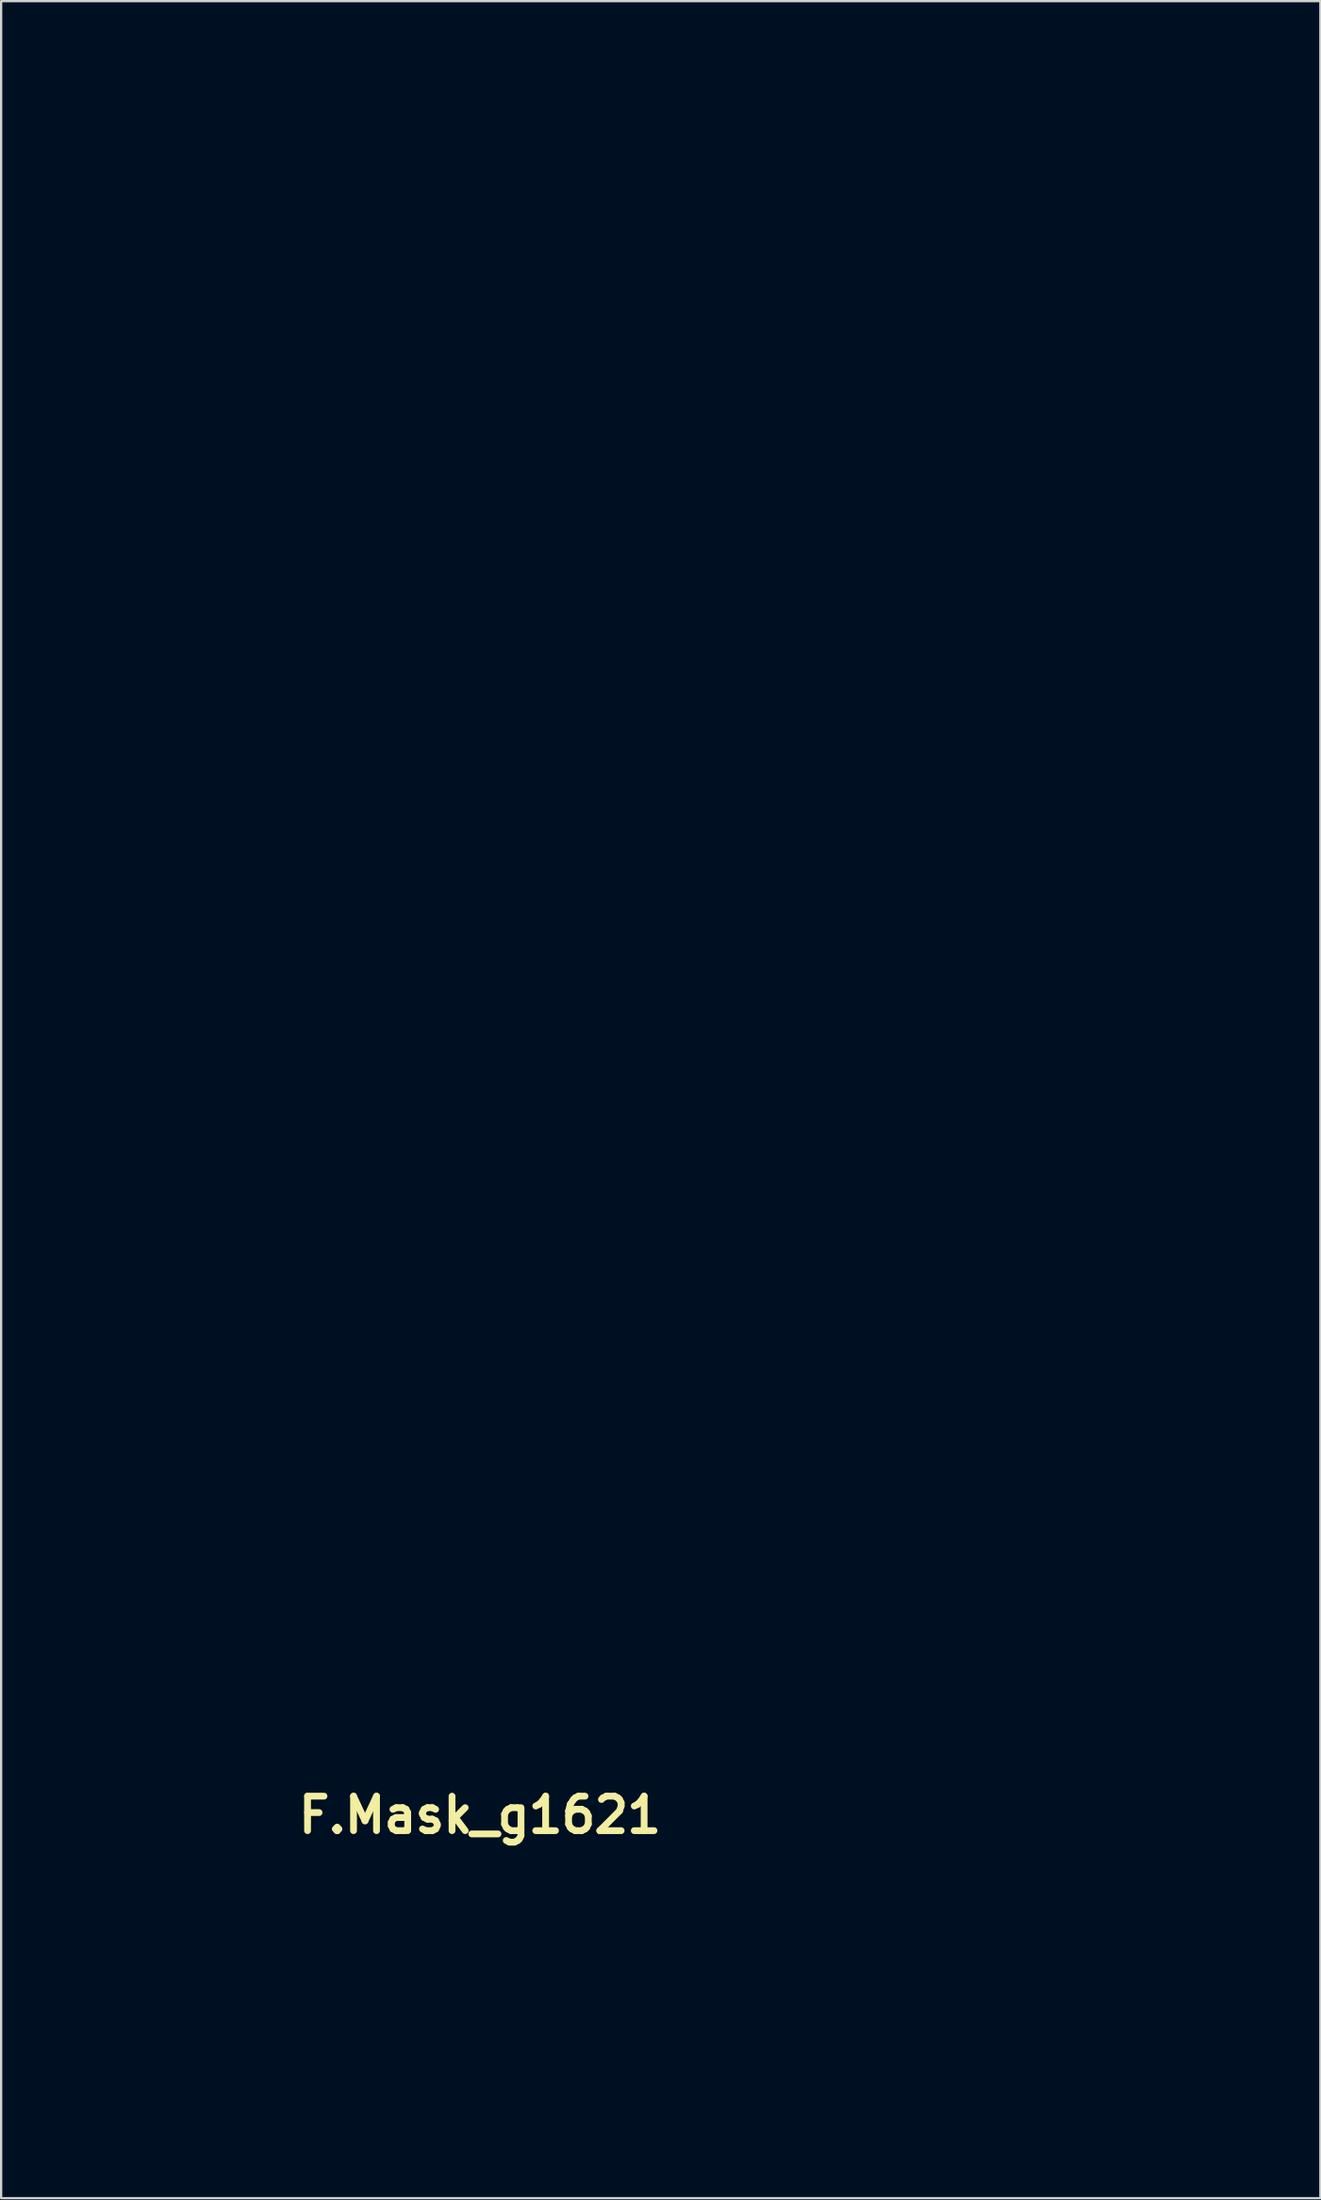
<source format=kicad_pcb>
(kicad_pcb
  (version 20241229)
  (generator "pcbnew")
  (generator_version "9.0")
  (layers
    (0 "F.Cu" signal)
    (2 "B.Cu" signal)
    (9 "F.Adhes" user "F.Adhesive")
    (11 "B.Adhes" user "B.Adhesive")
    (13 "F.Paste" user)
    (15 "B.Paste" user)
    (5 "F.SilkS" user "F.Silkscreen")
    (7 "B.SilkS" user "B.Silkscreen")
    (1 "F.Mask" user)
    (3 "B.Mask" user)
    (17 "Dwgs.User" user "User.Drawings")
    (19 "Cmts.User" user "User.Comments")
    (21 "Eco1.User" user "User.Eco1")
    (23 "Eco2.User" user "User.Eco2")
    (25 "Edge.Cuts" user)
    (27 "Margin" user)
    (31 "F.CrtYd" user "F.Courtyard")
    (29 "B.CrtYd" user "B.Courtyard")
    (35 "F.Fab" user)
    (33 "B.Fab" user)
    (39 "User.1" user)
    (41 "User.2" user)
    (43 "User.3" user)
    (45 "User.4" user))
  (footprint "F.Mask_g1621"
    (layer "F.Cu")
    (at 18.166 77.176)
    (property "Reference" "F.Mask_g1621" (at 0 0 0) (layer "F.SilkS") (effects (font (size 1.524 1.524) (thickness 0.3))))
    (attr through_hole)
    (fp_poly (pts (xy -9.948 -56.367) (xy -9.97 -56.346) (xy -9.991 -56.367) (xy -9.97 -56.388) (xy -9.948 -56.367)) (stroke (width 0.01) (type solid)) (fill yes) (layer "F.Mask"))
    (fp_poly (pts (xy -12.714 -49.982) (xy -12.709 -49.931) (xy -12.714 -49.925) (xy -12.739 -49.931) (xy -12.742 -49.953) (xy -12.727 -49.988) (xy -12.714 -49.982)) (stroke (width 0.01) (type solid)) (fill yes) (layer "F.Mask"))
    (fp_poly (pts (xy -3.57 -62.724) (xy -3.576 -62.699) (xy -3.598 -62.696) (xy -3.633 -62.711) (xy -3.627 -62.724) (xy -3.576 -62.729) (xy -3.57 -62.724)) (stroke (width 0.01) (type solid)) (fill yes) (layer "F.Mask"))
    (fp_poly (pts (xy 17.639 -65.56) (xy 17.633 -65.535) (xy 17.611 -65.532) (xy 17.576 -65.547) (xy 17.582 -65.56) (xy 17.633 -65.565) (xy 17.639 -65.56)) (stroke (width 0.01) (type solid)) (fill yes) (layer "F.Mask"))
    (fp_poly (pts (xy -12.534 -50.184) (xy -12.531 -50.17) (xy -12.562 -50.11) (xy -12.573 -50.102) (xy -12.612 -50.103) (xy -12.615 -50.118) (xy -12.584 -50.178) (xy -12.573 -50.186) (xy -12.534 -50.184)) (stroke (width 0.01) (type solid)) (fill yes) (layer "F.Mask"))
    (fp_poly (pts (xy 28.435 -52.823) (xy 28.448 -52.787) (xy 28.421 -52.75) (xy 28.368 -52.763) (xy 28.34 -52.792) (xy 28.329 -52.849) (xy 28.335 -52.86) (xy 28.385 -52.863) (xy 28.435 -52.823)) (stroke (width 0.01) (type solid)) (fill yes) (layer "F.Mask"))
    (fp_poly (pts (xy 34.074 -25.59) (xy 34.082 -25.583) (xy 34.111 -25.511) (xy 34.113 -25.416) (xy 34.099 -25.294) (xy 34.068 -25.4) (xy 34.039 -25.526) (xy 34.041 -25.592) (xy 34.074 -25.59)) (stroke (width 0.01) (type solid)) (fill yes) (layer "F.Mask"))
    (fp_poly (pts (xy -11.993 -50.99) (xy -12.015 -50.927) (xy -12.058 -50.851) (xy -12.108 -50.806) (xy -12.144 -50.809) (xy -12.15 -50.832) (xy -12.121 -50.887) (xy -12.063 -50.95) (xy -12.003 -51.001) (xy -11.993 -50.99)) (stroke (width 0.01) (type solid)) (fill yes) (layer "F.Mask"))
    (fp_poly (pts (xy -3.77 -62.801) (xy -3.725 -62.78) (xy -3.683 -62.748) (xy -3.715 -62.741) (xy -3.725 -62.742) (xy -3.816 -62.76) (xy -3.873 -62.78) (xy -3.934 -62.809) (xy -3.917 -62.817) (xy -3.873 -62.819) (xy -3.77 -62.801)) (stroke (width 0.01) (type solid)) (fill yes) (layer "F.Mask"))
    (fp_poly (pts (xy -10.223 -56.445) (xy -10.113 -56.425) (xy -10.044 -56.407) (xy -10.037 -56.404) (xy -10.048 -56.39) (xy -10.113 -56.391) (xy -10.202 -56.403) (xy -10.285 -56.423) (xy -10.308 -56.432) (xy -10.338 -56.453) (xy -10.29 -56.454) (xy -10.223 -56.445)) (stroke (width 0.01) (type solid)) (fill yes) (layer "F.Mask"))
    (fp_poly (pts (xy 15.612 -77.154) (xy 15.682 -77.103) (xy 15.681 -77.033) (xy 15.64 -76.975) (xy 15.595 -76.965) (xy 15.579 -77.003) (xy 15.545 -77.05) (xy 15.464 -77.106) (xy 15.462 -77.107) (xy 15.346 -77.17) (xy 15.473 -77.171) (xy 15.612 -77.154)) (stroke (width 0.01) (type solid)) (fill yes) (layer "F.Mask"))
    (fp_poly (pts (xy -11.779 -51.408) (xy -11.808 -51.306) (xy -11.851 -51.194) (xy -11.896 -51.1) (xy -11.932 -51.055) (xy -11.936 -51.054) (xy -11.94 -51.089) (xy -11.916 -51.181) (xy -11.88 -51.283) (xy -11.83 -51.398) (xy -11.791 -51.465) (xy -11.775 -51.471) (xy -11.779 -51.408)) (stroke (width 0.01) (type solid)) (fill yes) (layer "F.Mask"))
    (fp_poly (pts (xy 16.213 -64.995) (xy 16.2 -64.956) (xy 16.134 -64.887) (xy 16.037 -64.805) (xy 15.928 -64.726) (xy 15.826 -64.665) (xy 15.783 -64.647) (xy 15.701 -64.627) (xy 15.67 -64.637) (xy 15.671 -64.64) (xy 15.711 -64.683) (xy 15.799 -64.751) (xy 15.913 -64.83) (xy 16.032 -64.907) (xy 16.135 -64.967) (xy 16.201 -64.996) (xy 16.213 -64.995)) (stroke (width 0.01) (type solid)) (fill yes) (layer "F.Mask"))
    (fp_poly (pts (xy -12.168 -50.748) (xy -12.182 -50.683) (xy -12.183 -50.681) (xy -12.227 -50.6) (xy -12.294 -50.504) (xy -12.363 -50.421) (xy -12.413 -50.378) (xy -12.419 -50.377) (xy -12.428 -50.408) (xy -12.419 -50.44) (xy -12.383 -50.496) (xy -12.367 -50.504) (xy -12.333 -50.538) (xy -12.287 -50.622) (xy -12.283 -50.631) (xy -12.236 -50.713) (xy -12.192 -50.755) (xy -12.168 -50.748)) (stroke (width 0.01) (type solid)) (fill yes) (layer "F.Mask"))
    (fp_poly (pts (xy 34.021 -34.591) (xy 34.024 -34.511) (xy 34.025 -34.47) (xy 34.03 -34.187) (xy 34.031 -33.865) (xy 34.029 -33.549) (xy 34.025 -33.348) (xy 34.022 -33.243) (xy 34.019 -33.218) (xy 34.016 -33.268) (xy 34.014 -33.388) (xy 34.013 -33.575) (xy 34.012 -33.822) (xy 34.012 -33.909) (xy 34.013 -34.174) (xy 34.014 -34.38) (xy 34.016 -34.521) (xy 34.018 -34.593) (xy 34.021 -34.591)) (stroke (width 0.01) (type solid)) (fill yes) (layer "F.Mask"))
    (fp_poly (pts (xy -11.619 -56.577) (xy -11.515 -56.573) (xy -11.279 -56.563) (xy -11.06 -56.551) (xy -10.878 -56.536) (xy -10.754 -56.522) (xy -10.732 -56.518) (xy -10.562 -56.482) (xy -10.71 -56.484) (xy -10.81 -56.487) (xy -10.972 -56.495) (xy -11.173 -56.506) (xy -11.388 -56.52) (xy -11.662 -56.539) (xy -11.857 -56.555) (xy -11.972 -56.568) (xy -12.007 -56.577) (xy -11.961 -56.582) (xy -11.832 -56.582) (xy -11.619 -56.577)) (stroke (width 0.01) (type solid)) (fill yes) (layer "F.Mask"))
    (fp_poly (pts (xy 34.146 -24.741) (xy 34.138 -24.638) (xy 34.114 -24.448) (xy 34.08 -24.244) (xy 34.04 -24.05) (xy 33.999 -23.887) (xy 33.961 -23.776) (xy 33.947 -23.749) (xy 33.918 -23.719) (xy 33.917 -23.76) (xy 33.923 -23.791) (xy 33.942 -23.886) (xy 33.974 -24.031) (xy 34.01 -24.194) (xy 34.044 -24.362) (xy 34.069 -24.515) (xy 34.078 -24.617) (xy 34.092 -24.731) (xy 34.12 -24.807) (xy 34.142 -24.814) (xy 34.146 -24.741)) (stroke (width 0.01) (type solid)) (fill yes) (layer "F.Mask"))
    (fp_poly (pts (xy -7.521 -57.279) (xy -7.508 -57.195) (xy -7.5 -57.05) (xy -7.5 -56.849) (xy -7.504 -56.684) (xy -7.519 -56.421) (xy -7.544 -56.219) (xy -7.583 -56.054) (xy -7.617 -55.955) (xy -7.676 -55.817) (xy -7.729 -55.721) (xy -7.767 -55.675) (xy -7.784 -55.688) (xy -7.773 -55.768) (xy -7.77 -55.778) (xy -7.674 -56.211) (xy -7.615 -56.628) (xy -7.592 -56.914) (xy -7.575 -57.12) (xy -7.557 -57.247) (xy -7.538 -57.298) (xy -7.521 -57.279)) (stroke (width 0.01) (type solid)) (fill yes) (layer "F.Mask"))
    (fp_poly (pts (xy -9.326 -61.858) (xy -9.247 -61.758) (xy -9.188 -61.669) (xy -9.093 -61.52) (xy -8.999 -61.374) (xy -8.95 -61.299) (xy -8.891 -61.199) (xy -8.813 -61.054) (xy -8.723 -60.878) (xy -8.629 -60.687) (xy -8.538 -60.497) (xy -8.458 -60.322) (xy -8.395 -60.178) (xy -8.358 -60.08) (xy -8.351 -60.045) (xy -8.38 -60.07) (xy -8.439 -60.156) (xy -8.521 -60.287) (xy -8.596 -60.417) (xy -8.826 -60.826) (xy -9.016 -61.164) (xy -9.166 -61.433) (xy -9.278 -61.636) (xy -9.352 -61.774) (xy -9.391 -61.851) (xy -9.398 -61.869) (xy -9.379 -61.897) (xy -9.326 -61.858)) (stroke (width 0.01) (type solid)) (fill yes) (layer "F.Mask"))
    (fp_poly (pts (xy -1.803 -64.882) (xy -1.846 -64.774) (xy -1.915 -64.613) (xy -2.006 -64.41) (xy -2.113 -64.176) (xy -2.23 -63.922) (xy -2.353 -63.66) (xy -2.476 -63.401) (xy -2.594 -63.157) (xy -2.701 -62.937) (xy -2.792 -62.755) (xy -2.863 -62.621) (xy -2.906 -62.546) (xy -2.916 -62.535) (xy -2.96 -62.535) (xy -2.963 -62.542) (xy -2.947 -62.593) (xy -2.901 -62.706) (xy -2.833 -62.865) (xy -2.75 -63.055) (xy -2.658 -63.262) (xy -2.564 -63.471) (xy -2.474 -63.665) (xy -2.396 -63.831) (xy -2.361 -63.902) (xy -2.232 -64.157) (xy -2.109 -64.392) (xy -1.998 -64.597) (xy -1.906 -64.76) (xy -1.837 -64.873) (xy -1.797 -64.923) (xy -1.792 -64.925) (xy -1.803 -64.882)) (stroke (width 0.01) (type solid)) (fill yes) (layer "F.Mask"))
    (fp_poly (pts (xy 31.75 -43.169) (xy 31.796 -43.105) (xy 31.857 -42.997) (xy 31.907 -42.894) (xy 31.973 -42.75) (xy 32.064 -42.553) (xy 32.169 -42.324) (xy 32.278 -42.087) (xy 32.311 -42.016) (xy 32.689 -41.147) (xy 33.01 -40.292) (xy 33.285 -39.423) (xy 33.521 -38.514) (xy 33.632 -38.017) (xy 33.672 -37.818) (xy 33.702 -37.65) (xy 33.719 -37.531) (xy 33.721 -37.476) (xy 33.721 -37.474) (xy 33.692 -37.487) (xy 33.68 -37.512) (xy 33.663 -37.571) (xy 33.627 -37.696) (xy 33.576 -37.873) (xy 33.514 -38.088) (xy 33.463 -38.268) (xy 33.334 -38.702) (xy 33.178 -39.195) (xy 33 -39.73) (xy 32.808 -40.291) (xy 32.607 -40.861) (xy 32.402 -41.423) (xy 32.201 -41.959) (xy 32.008 -42.454) (xy 31.831 -42.89) (xy 31.775 -43.021) (xy 31.732 -43.134) (xy 31.726 -43.181) (xy 31.75 -43.169)) (stroke (width 0.01) (type solid)) (fill yes) (layer "F.Mask"))
    (fp_poly (pts (xy 14.769 -69.116) (xy 14.779 -69.083) (xy 14.795 -69.02) (xy 14.818 -68.92) (xy 14.85 -68.775) (xy 14.892 -68.576) (xy 14.946 -68.316) (xy 15.015 -67.987) (xy 15.072 -67.713) (xy 15.165 -67.259) (xy 15.252 -66.822) (xy 15.331 -66.408) (xy 15.401 -66.027) (xy 15.461 -65.684) (xy 15.509 -65.388) (xy 15.544 -65.145) (xy 15.566 -64.963) (xy 15.573 -64.85) (xy 15.563 -64.812) (xy 15.538 -64.849) (xy 15.506 -64.94) (xy 15.497 -64.971) (xy 15.435 -65.215) (xy 15.367 -65.505) (xy 15.296 -65.83) (xy 15.222 -66.183) (xy 15.148 -66.553) (xy 15.075 -66.93) (xy 15.005 -67.306) (xy 14.94 -67.671) (xy 14.881 -68.015) (xy 14.83 -68.329) (xy 14.789 -68.604) (xy 14.759 -68.829) (xy 14.743 -68.997) (xy 14.741 -69.096) (xy 14.748 -69.118) (xy 14.755 -69.126) (xy 14.761 -69.127) (xy 14.769 -69.116)) (stroke (width 0.01) (type solid)) (fill yes) (layer "F.Mask"))
    (fp_poly (pts (xy 33.928 -31.63) (xy 33.926 -31.573) (xy 33.916 -31.495) (xy 33.897 -31.352) (xy 33.873 -31.165) (xy 33.847 -30.951) (xy 33.843 -30.924) (xy 33.812 -30.692) (xy 33.769 -30.405) (xy 33.718 -30.09) (xy 33.665 -29.776) (xy 33.632 -29.587) (xy 33.583 -29.33) (xy 33.523 -29.042) (xy 33.455 -28.734) (xy 33.383 -28.416) (xy 33.309 -28.101) (xy 33.235 -27.8) (xy 33.165 -27.524) (xy 33.101 -27.286) (xy 33.046 -27.095) (xy 33.003 -26.965) (xy 32.975 -26.905) (xy 32.975 -26.905) (xy 32.946 -26.894) (xy 32.95 -26.956) (xy 32.952 -26.966) (xy 32.992 -27.149) (xy 33.044 -27.401) (xy 33.108 -27.709) (xy 33.179 -28.059) (xy 33.256 -28.438) (xy 33.336 -28.831) (xy 33.415 -29.225) (xy 33.491 -29.607) (xy 33.562 -29.962) (xy 33.624 -30.278) (xy 33.675 -30.54) (xy 33.679 -30.565) (xy 33.735 -30.851) (xy 33.787 -31.11) (xy 33.834 -31.329) (xy 33.871 -31.498) (xy 33.898 -31.605) (xy 33.909 -31.637) (xy 33.928 -31.63)) (stroke (width 0.01) (type solid)) (fill yes) (layer "F.Mask"))
    (fp_poly (pts (xy -6.348 -63.216) (xy -6.023 -63.205) (xy -5.744 -63.188) (xy -5.567 -63.168) (xy -5.312 -63.131) (xy -5.068 -63.092) (xy -4.849 -63.054) (xy -4.667 -63.019) (xy -4.535 -62.99) (xy -4.467 -62.969) (xy -4.461 -62.962) (xy -4.507 -62.962) (xy -4.62 -62.975) (xy -4.784 -62.999) (xy -4.981 -63.032) (xy -5.002 -63.036) (xy -5.332 -63.082) (xy -5.717 -63.119) (xy -6.131 -63.144) (xy -6.552 -63.156) (xy -6.955 -63.155) (xy -7.316 -63.141) (xy -7.531 -63.122) (xy -7.684 -63.1) (xy -7.897 -63.066) (xy -8.152 -63.021) (xy -8.431 -62.97) (xy -8.719 -62.915) (xy -8.999 -62.861) (xy -9.254 -62.809) (xy -9.467 -62.763) (xy -9.621 -62.726) (xy -9.669 -62.713) (xy -9.727 -62.704) (xy -9.716 -62.729) (xy -9.64 -62.772) (xy -9.493 -62.825) (xy -9.29 -62.885) (xy -9.043 -62.948) (xy -8.765 -63.011) (xy -8.47 -63.071) (xy -8.171 -63.125) (xy -7.895 -63.168) (xy -7.668 -63.191) (xy -7.378 -63.208) (xy -7.047 -63.217) (xy -6.697 -63.22) (xy -6.348 -63.216)) (stroke (width 0.01) (type solid)) (fill yes) (layer "F.Mask"))
    (fp_poly (pts (xy 30.167 -22.78) (xy 30.197 -22.687) (xy 30.205 -22.649) (xy 30.211 -22.541) (xy 30.191 -22.422) (xy 30.139 -22.285) (xy 30.052 -22.119) (xy 29.923 -21.917) (xy 29.749 -21.668) (xy 29.525 -21.365) (xy 29.519 -21.357) (xy 29.188 -20.925) (xy 28.88 -20.543) (xy 28.575 -20.185) (xy 28.252 -19.829) (xy 27.899 -19.458) (xy 27.691 -19.243) (xy 27.528 -19.077) (xy 27.394 -18.953) (xy 27.273 -18.864) (xy 27.15 -18.803) (xy 27.01 -18.764) (xy 26.837 -18.738) (xy 26.616 -18.719) (xy 26.331 -18.7) (xy 26.221 -18.693) (xy 25.931 -18.673) (xy 25.652 -18.653) (xy 25.402 -18.635) (xy 25.197 -18.619) (xy 25.055 -18.608) (xy 25.03 -18.606) (xy 24.893 -18.599) (xy 24.797 -18.604) (xy 24.765 -18.618) (xy 24.793 -18.668) (xy 24.863 -18.745) (xy 24.876 -18.757) (xy 25.01 -18.898) (xy 25.179 -19.105) (xy 25.377 -19.369) (xy 25.597 -19.682) (xy 25.834 -20.035) (xy 25.993 -20.279) (xy 26.14 -20.508) (xy 26.278 -20.717) (xy 26.397 -20.895) (xy 26.489 -21.028) (xy 26.546 -21.105) (xy 26.553 -21.112) (xy 26.644 -21.18) (xy 26.778 -21.247) (xy 26.856 -21.277) (xy 27.137 -21.378) (xy 27.478 -21.517) (xy 27.867 -21.69) (xy 28.294 -21.89) (xy 28.746 -22.111) (xy 29.211 -22.35) (xy 29.386 -22.442) (xy 29.61 -22.56) (xy 29.808 -22.663) (xy 29.97 -22.744) (xy 30.083 -22.798) (xy 30.133 -22.818) (xy 30.134 -22.818) (xy 30.167 -22.78)) (stroke (width 0.01) (type solid)) (fill yes) (layer "F.Mask"))
    (fp_poly (pts (xy 31.439 -14.829) (xy 31.723 -14.74) (xy 31.992 -14.572) (xy 32.239 -14.327) (xy 32.462 -14.005) (xy 32.469 -13.992) (xy 32.658 -13.606) (xy 32.83 -13.141) (xy 32.985 -12.6) (xy 33.123 -11.985) (xy 33.242 -11.302) (xy 33.343 -10.552) (xy 33.426 -9.74) (xy 33.489 -8.869) (xy 33.533 -7.943) (xy 33.558 -6.964) (xy 33.561 -5.937) (xy 33.545 -4.864) (xy 33.532 -4.403) (xy 33.489 -3.303) (xy 33.433 -2.283) (xy 33.365 -1.337) (xy 33.283 -0.461) (xy 33.186 0.35) (xy 33.074 1.1) (xy 32.946 1.794) (xy 32.802 2.436) (xy 32.641 3.032) (xy 32.462 3.586) (xy 32.382 3.808) (xy 32.18 4.28) (xy 31.954 4.692) (xy 31.707 5.043) (xy 31.444 5.327) (xy 31.169 5.544) (xy 30.885 5.687) (xy 30.597 5.756) (xy 30.308 5.745) (xy 30.136 5.699) (xy 29.885 5.571) (xy 29.653 5.372) (xy 29.44 5.1) (xy 29.244 4.755) (xy 29.067 4.336) (xy 28.906 3.84) (xy 28.762 3.267) (xy 28.635 2.615) (xy 28.523 1.883) (xy 28.427 1.07) (xy 28.379 0.575) (xy 28.361 0.32) (xy 28.345 -0.008) (xy 28.33 -0.398) (xy 28.317 -0.841) (xy 28.306 -1.324) (xy 28.297 -1.836) (xy 28.291 -2.368) (xy 28.287 -2.907) (xy 28.285 -3.443) (xy 28.285 -3.466) (xy 29.4 -3.466) (xy 29.401 -2.929) (xy 29.404 -2.399) (xy 29.41 -1.888) (xy 29.417 -1.404) (xy 29.426 -0.96) (xy 29.438 -0.564) (xy 29.451 -0.228) (xy 29.467 0.038) (xy 29.474 0.127) (xy 29.535 0.744) (xy 29.602 1.283) (xy 29.675 1.751) (xy 29.755 2.154) (xy 29.845 2.499) (xy 29.945 2.793) (xy 30.016 2.96) (xy 30.132 3.182) (xy 30.247 3.343) (xy 30.378 3.465) (xy 30.459 3.519) (xy 30.588 3.581) (xy 30.713 3.59) (xy 30.863 3.546) (xy 30.924 3.519) (xy 31.142 3.375) (xy 31.344 3.148) (xy 31.529 2.838) (xy 31.699 2.445) (xy 31.854 1.97) (xy 31.992 1.412) (xy 32.114 0.771) (xy 32.221 0.049) (xy 32.311 -0.755) (xy 32.318 -0.826) (xy 32.352 -1.196) (xy 32.381 -1.54) (xy 32.406 -1.868) (xy 32.427 -2.19) (xy 32.445 -2.516) (xy 32.459 -2.856) (xy 32.47 -3.219) (xy 32.478 -3.615) (xy 32.484 -4.055) (xy 32.487 -4.548) (xy 32.49 -5.104) (xy 32.49 -5.733) (xy 32.49 -5.863) (xy 32.49 -6.506) (xy 32.488 -7.073) (xy 32.484 -7.571) (xy 32.478 -8.009) (xy 32.47 -8.396) (xy 32.458 -8.74) (xy 32.443 -9.048) (xy 32.424 -9.33) (xy 32.401 -9.593) (xy 32.373 -9.845) (xy 32.34 -10.096) (xy 32.302 -10.353) (xy 32.257 -10.624) (xy 32.256 -10.633) (xy 32.155 -11.14) (xy 32.037 -11.577) (xy 31.904 -11.943) (xy 31.755 -12.236) (xy 31.594 -12.453) (xy 31.422 -12.594) (xy 31.239 -12.657) (xy 31.048 -12.641) (xy 30.85 -12.542) (xy 30.692 -12.408) (xy 30.519 -12.198) (xy 30.359 -11.928) (xy 30.212 -11.594) (xy 30.078 -11.195) (xy 29.955 -10.728) (xy 29.844 -10.191) (xy 29.745 -9.581) (xy 29.655 -8.896) (xy 29.576 -8.134) (xy 29.506 -7.292) (xy 29.457 -6.562) (xy 29.442 -6.263) (xy 29.429 -5.899) (xy 29.419 -5.481) (xy 29.411 -5.018) (xy 29.405 -4.521) (xy 29.402 -4) (xy 29.4 -3.466) (xy 28.285 -3.466) (xy 28.286 -3.964) (xy 28.29 -4.46) (xy 28.296 -4.92) (xy 28.305 -5.333) (xy 28.317 -5.687) (xy 28.318 -5.699) (xy 28.378 -6.827) (xy 28.458 -7.885) (xy 28.557 -8.873) (xy 28.675 -9.79) (xy 28.812 -10.633) (xy 28.968 -11.402) (xy 29.141 -12.096) (xy 29.333 -12.714) (xy 29.542 -13.255) (xy 29.768 -13.716) (xy 30.012 -14.098) (xy 30.272 -14.4) (xy 30.529 -14.606) (xy 30.837 -14.763) (xy 31.142 -14.837) (xy 31.439 -14.829)) (stroke (width 0.01) (type solid)) (fill yes) (layer "F.Mask"))
    (fp_poly (pts (xy 6.585 -12.129) (xy 6.832 -12.09) (xy 7.266 -11.945) (xy 7.672 -11.721) (xy 8.048 -11.421) (xy 8.392 -11.046) (xy 8.702 -10.598) (xy 8.978 -10.078) (xy 9.217 -9.489) (xy 9.284 -9.29) (xy 9.438 -8.757) (xy 9.558 -8.204) (xy 9.647 -7.618) (xy 9.707 -6.986) (xy 9.74 -6.295) (xy 9.747 -5.757) (xy 9.736 -5.049) (xy 9.703 -4.388) (xy 9.642 -3.754) (xy 9.553 -3.13) (xy 9.431 -2.497) (xy 9.273 -1.835) (xy 9.078 -1.125) (xy 8.989 -0.826) (xy 8.936 -0.649) (xy 8.882 -0.479) (xy 8.828 -0.31) (xy 8.771 -0.139) (xy 8.71 0.04) (xy 8.642 0.23) (xy 8.566 0.437) (xy 8.48 0.663) (xy 8.383 0.914) (xy 8.273 1.193) (xy 8.147 1.506) (xy 8.005 1.856) (xy 7.845 2.248) (xy 7.665 2.686) (xy 7.462 3.175) (xy 7.236 3.718) (xy 6.985 4.321) (xy 6.707 4.986) (xy 6.4 5.72) (xy 6.063 6.526) (xy 5.927 6.848) (xy 5.71 7.369) (xy 5.502 7.868) (xy 5.306 8.338) (xy 5.125 8.775) (xy 4.961 9.174) (xy 4.816 9.528) (xy 4.692 9.832) (xy 4.592 10.08) (xy 4.518 10.268) (xy 4.472 10.389) (xy 4.456 10.438) (xy 4.456 10.439) (xy 4.498 10.431) (xy 4.613 10.402) (xy 4.794 10.355) (xy 5.031 10.292) (xy 5.316 10.215) (xy 5.641 10.127) (xy 5.998 10.029) (xy 6.379 9.925) (xy 6.774 9.816) (xy 7.177 9.705) (xy 7.578 9.594) (xy 7.97 9.485) (xy 8.343 9.381) (xy 8.69 9.284) (xy 9.002 9.196) (xy 9.272 9.119) (xy 9.49 9.056) (xy 9.649 9.009) (xy 9.706 8.992) (xy 9.726 8.99) (xy 9.742 9.003) (xy 9.755 9.039) (xy 9.764 9.108) (xy 9.769 9.217) (xy 9.773 9.375) (xy 9.773 9.59) (xy 9.772 9.871) (xy 9.77 10.225) (xy 9.769 10.334) (xy 9.758 11.7) (xy 6.075 12.814) (xy 5.536 12.976) (xy 5.02 13.132) (xy 4.534 13.279) (xy 4.083 13.415) (xy 3.672 13.539) (xy 3.308 13.649) (xy 2.996 13.743) (xy 2.741 13.82) (xy 2.55 13.877) (xy 2.428 13.914) (xy 2.382 13.927) (xy 2.381 13.927) (xy 2.379 13.887) (xy 2.376 13.771) (xy 2.374 13.59) (xy 2.373 13.354) (xy 2.372 13.072) (xy 2.371 12.754) (xy 2.371 12.488) (xy 2.371 11.047) (xy 2.778 10.085) (xy 2.86 9.891) (xy 2.972 9.627) (xy 3.11 9.302) (xy 3.271 8.924) (xy 3.45 8.502) (xy 3.645 8.044) (xy 3.853 7.558) (xy 4.068 7.052) (xy 4.288 6.536) (xy 4.51 6.017) (xy 4.539 5.948) (xy 4.895 5.114) (xy 5.218 4.353) (xy 5.512 3.661) (xy 5.778 3.032) (xy 6.017 2.462) (xy 6.232 1.946) (xy 6.425 1.48) (xy 6.598 1.059) (xy 6.751 0.678) (xy 6.889 0.333) (xy 7.011 0.018) (xy 7.12 -0.27) (xy 7.219 -0.537) (xy 7.308 -0.787) (xy 7.391 -1.025) (xy 7.468 -1.256) (xy 7.513 -1.397) (xy 7.786 -2.336) (xy 7.988 -3.236) (xy 8.119 -4.102) (xy 8.18 -4.939) (xy 8.171 -5.752) (xy 8.168 -5.808) (xy 8.117 -6.396) (xy 8.032 -6.92) (xy 7.912 -7.395) (xy 7.752 -7.837) (xy 7.592 -8.178) (xy 7.364 -8.553) (xy 7.107 -8.849) (xy 6.824 -9.066) (xy 6.514 -9.205) (xy 6.181 -9.266) (xy 5.824 -9.249) (xy 5.446 -9.155) (xy 5.048 -8.983) (xy 4.63 -8.735) (xy 4.194 -8.41) (xy 3.742 -8.009) (xy 3.275 -7.532) (xy 2.836 -7.03) (xy 2.434 -6.547) (xy 2.412 -10.088) (xy 2.673 -10.325) (xy 3.201 -10.778) (xy 3.721 -11.175) (xy 4.226 -11.509) (xy 4.711 -11.777) (xy 5.167 -11.974) (xy 5.313 -12.024) (xy 5.595 -12.09) (xy 5.922 -12.131) (xy 6.262 -12.144) (xy 6.585 -12.129)) (stroke (width 0.01) (type solid)) (fill yes) (layer "F.Mask"))
    (fp_poly (pts (xy 16.474 -13.157) (xy 16.777 -13.046) (xy 17.088 -12.847) (xy 17.38 -12.566) (xy 17.651 -12.206) (xy 17.901 -11.767) (xy 18.13 -11.251) (xy 18.337 -10.658) (xy 18.522 -9.991) (xy 18.684 -9.25) (xy 18.823 -8.436) (xy 18.938 -7.551) (xy 18.984 -7.112) (xy 19.022 -6.7) (xy 19.054 -6.312) (xy 19.081 -5.939) (xy 19.103 -5.566) (xy 19.12 -5.182) (xy 19.133 -4.776) (xy 19.143 -4.334) (xy 19.149 -3.846) (xy 19.152 -3.298) (xy 19.153 -2.679) (xy 19.153 -2.603) (xy 19.147 -1.53) (xy 19.129 -0.532) (xy 19.099 0.399) (xy 19.055 1.271) (xy 18.997 2.093) (xy 18.925 2.872) (xy 18.837 3.618) (xy 18.734 4.338) (xy 18.614 5.041) (xy 18.52 5.527) (xy 18.333 6.355) (xy 18.124 7.104) (xy 17.891 7.774) (xy 17.635 8.367) (xy 17.354 8.886) (xy 17.048 9.332) (xy 16.722 9.701) (xy 16.4 9.975) (xy 16.058 10.185) (xy 15.706 10.327) (xy 15.356 10.397) (xy 15.016 10.391) (xy 14.891 10.368) (xy 14.562 10.247) (xy 14.254 10.045) (xy 13.968 9.761) (xy 13.703 9.395) (xy 13.459 8.95) (xy 13.236 8.423) (xy 13.035 7.817) (xy 12.856 7.131) (xy 12.698 6.365) (xy 12.563 5.52) (xy 12.449 4.597) (xy 12.386 3.937) (xy 12.337 3.311) (xy 12.299 2.664) (xy 12.271 1.987) (xy 12.252 1.269) (xy 12.242 0.497) (xy 12.241 -0.338) (xy 12.242 -0.484) (xy 13.699 -0.484) (xy 13.703 0.275) (xy 13.714 1.012) (xy 13.732 1.713) (xy 13.758 2.363) (xy 13.79 2.948) (xy 13.801 3.111) (xy 13.871 3.93) (xy 13.956 4.668) (xy 14.057 5.326) (xy 14.172 5.906) (xy 14.304 6.41) (xy 14.452 6.84) (xy 14.562 7.091) (xy 14.711 7.369) (xy 14.855 7.576) (xy 15.006 7.726) (xy 15.165 7.827) (xy 15.401 7.904) (xy 15.641 7.9) (xy 15.893 7.815) (xy 15.908 7.807) (xy 16.151 7.65) (xy 16.376 7.427) (xy 16.583 7.139) (xy 16.774 6.781) (xy 16.948 6.354) (xy 17.107 5.854) (xy 17.25 5.281) (xy 17.379 4.632) (xy 17.493 3.905) (xy 17.594 3.099) (xy 17.681 2.213) (xy 17.725 1.683) (xy 17.743 1.388) (xy 17.759 1.023) (xy 17.773 0.597) (xy 17.784 0.122) (xy 17.793 -0.393) (xy 17.8 -0.939) (xy 17.804 -1.505) (xy 17.806 -2.082) (xy 17.806 -2.66) (xy 17.803 -3.228) (xy 17.798 -3.777) (xy 17.791 -4.297) (xy 17.781 -4.779) (xy 17.769 -5.211) (xy 17.755 -5.585) (xy 17.738 -5.89) (xy 17.726 -6.042) (xy 17.65 -6.805) (xy 17.565 -7.487) (xy 17.471 -8.093) (xy 17.366 -8.628) (xy 17.249 -9.094) (xy 17.12 -9.497) (xy 16.978 -9.84) (xy 16.821 -10.127) (xy 16.689 -10.313) (xy 16.476 -10.527) (xy 16.246 -10.658) (xy 16.004 -10.708) (xy 15.754 -10.674) (xy 15.502 -10.558) (xy 15.297 -10.4) (xy 15.077 -10.16) (xy 14.875 -9.854) (xy 14.691 -9.482) (xy 14.523 -9.04) (xy 14.371 -8.528) (xy 14.234 -7.942) (xy 14.112 -7.281) (xy 14.005 -6.543) (xy 13.912 -5.725) (xy 13.832 -4.826) (xy 13.821 -4.678) (xy 13.783 -4.094) (xy 13.753 -3.445) (xy 13.729 -2.745) (xy 13.712 -2.008) (xy 13.702 -1.25) (xy 13.699 -0.484) (xy 12.242 -0.484) (xy 12.247 -1.143) (xy 12.255 -1.717) (xy 12.263 -2.219) (xy 12.272 -2.662) (xy 12.284 -3.061) (xy 12.298 -3.428) (xy 12.314 -3.776) (xy 12.335 -4.118) (xy 12.36 -4.469) (xy 12.389 -4.84) (xy 12.424 -5.245) (xy 12.428 -5.292) (xy 12.535 -6.319) (xy 12.666 -7.282) (xy 12.82 -8.179) (xy 12.997 -9.009) (xy 13.197 -9.768) (xy 13.419 -10.457) (xy 13.662 -11.072) (xy 13.926 -11.613) (xy 14.21 -12.077) (xy 14.513 -12.464) (xy 14.836 -12.77) (xy 15.057 -12.927) (xy 15.395 -13.091) (xy 15.755 -13.185) (xy 16.119 -13.207) (xy 16.474 -13.157)) (stroke (width 0.01) (type solid)) (fill yes) (layer "F.Mask"))
    (fp_poly (pts (xy 24.179 -14.021) (xy 24.322 -13.989) (xy 24.677 -13.854) (xy 25.004 -13.639) (xy 25.303 -13.344) (xy 25.573 -12.971) (xy 25.814 -12.518) (xy 26.026 -11.987) (xy 26.071 -11.853) (xy 26.216 -11.321) (xy 26.329 -10.722) (xy 26.41 -10.07) (xy 26.459 -9.376) (xy 26.477 -8.654) (xy 26.461 -7.915) (xy 26.413 -7.173) (xy 26.332 -6.438) (xy 26.218 -5.725) (xy 26.181 -5.532) (xy 26.132 -5.294) (xy 26.083 -5.067) (xy 26.032 -4.845) (xy 25.978 -4.623) (xy 25.919 -4.397) (xy 25.854 -4.162) (xy 25.78 -3.913) (xy 25.697 -3.645) (xy 25.602 -3.353) (xy 25.495 -3.032) (xy 25.372 -2.678) (xy 25.233 -2.285) (xy 25.076 -1.849) (xy 24.899 -1.365) (xy 24.701 -0.829) (xy 24.48 -0.234) (xy 24.235 0.424) (xy 23.963 1.148) (xy 23.663 1.946) (xy 23.543 2.265) (xy 23.359 2.755) (xy 23.184 3.223) (xy 23.021 3.661) (xy 22.872 4.064) (xy 22.739 4.425) (xy 22.625 4.74) (xy 22.531 5.001) (xy 22.46 5.203) (xy 22.414 5.34) (xy 22.395 5.405) (xy 22.395 5.41) (xy 22.441 5.401) (xy 22.56 5.372) (xy 22.745 5.324) (xy 22.987 5.259) (xy 23.279 5.18) (xy 23.612 5.088) (xy 23.978 4.987) (xy 24.369 4.877) (xy 24.388 4.872) (xy 24.779 4.762) (xy 25.144 4.66) (xy 25.476 4.568) (xy 25.766 4.488) (xy 26.007 4.422) (xy 26.19 4.372) (xy 26.308 4.341) (xy 26.353 4.33) (xy 26.353 4.33) (xy 26.353 4.373) (xy 26.352 4.49) (xy 26.351 4.669) (xy 26.348 4.901) (xy 26.344 5.174) (xy 26.34 5.477) (xy 26.34 5.512) (xy 26.322 6.685) (xy 26.126 6.748) (xy 26.017 6.783) (xy 25.843 6.836) (xy 25.612 6.907) (xy 25.331 6.993) (xy 25.01 7.09) (xy 24.656 7.197) (xy 24.277 7.312) (xy 23.883 7.431) (xy 23.48 7.552) (xy 23.078 7.673) (xy 22.685 7.791) (xy 22.308 7.904) (xy 21.956 8.009) (xy 21.638 8.104) (xy 21.361 8.186) (xy 21.134 8.253) (xy 20.965 8.303) (xy 20.863 8.332) (xy 20.834 8.34) (xy 20.825 8.299) (xy 20.817 8.182) (xy 20.813 7.998) (xy 20.811 7.756) (xy 20.811 7.465) (xy 20.815 7.133) (xy 20.816 7.101) (xy 20.835 5.863) (xy 21.049 5.292) (xy 21.103 5.147) (xy 21.184 4.933) (xy 21.289 4.658) (xy 21.413 4.33) (xy 21.554 3.96) (xy 21.708 3.556) (xy 21.871 3.127) (xy 22.041 2.681) (xy 22.192 2.286) (xy 22.519 1.428) (xy 22.818 0.645) (xy 23.089 -0.068) (xy 23.334 -0.716) (xy 23.555 -1.303) (xy 23.753 -1.835) (xy 23.93 -2.314) (xy 24.088 -2.747) (xy 24.228 -3.137) (xy 24.353 -3.489) (xy 24.462 -3.808) (xy 24.559 -4.098) (xy 24.644 -4.364) (xy 24.719 -4.61) (xy 24.787 -4.842) (xy 24.847 -5.062) (xy 24.903 -5.277) (xy 24.956 -5.49) (xy 25.007 -5.706) (xy 25.013 -5.736) (xy 25.141 -6.381) (xy 25.23 -7.022) (xy 25.28 -7.651) (xy 25.293 -8.26) (xy 25.269 -8.841) (xy 25.209 -9.386) (xy 25.113 -9.888) (xy 24.983 -10.34) (xy 24.818 -10.732) (xy 24.621 -11.058) (xy 24.505 -11.199) (xy 24.275 -11.398) (xy 24.025 -11.517) (xy 23.754 -11.556) (xy 23.461 -11.514) (xy 23.144 -11.392) (xy 22.855 -11.225) (xy 22.637 -11.062) (xy 22.389 -10.842) (xy 22.124 -10.579) (xy 21.856 -10.29) (xy 21.6 -9.987) (xy 21.423 -9.758) (xy 21.3 -9.592) (xy 21.193 -9.449) (xy 21.113 -9.345) (xy 21.072 -9.293) (xy 21.071 -9.292) (xy 21.062 -9.322) (xy 21.054 -9.431) (xy 21.048 -9.613) (xy 21.045 -9.862) (xy 21.044 -10.173) (xy 21.045 -10.541) (xy 21.047 -10.79) (xy 21.061 -12.33) (xy 21.51 -12.759) (xy 21.954 -13.157) (xy 22.37 -13.48) (xy 22.761 -13.729) (xy 23.134 -13.905) (xy 23.491 -14.011) (xy 23.838 -14.049) (xy 24.179 -14.021)) (stroke (width 0.01) (type solid)) (fill yes) (layer "F.Mask"))
    (fp_poly (pts (xy 8.594 -45.52) (xy 8.664 -45.35) (xy 8.757 -45.148) (xy 8.863 -44.934) (xy 8.971 -44.729) (xy 9.069 -44.556) (xy 9.148 -44.433) (xy 9.163 -44.413) (xy 9.242 -44.309) (xy 9.336 -44.177) (xy 9.372 -44.124) (xy 9.479 -43.98) (xy 9.6 -43.836) (xy 9.635 -43.798) (xy 9.719 -43.707) (xy 9.771 -43.641) (xy 9.779 -43.624) (xy 9.808 -43.58) (xy 9.887 -43.49) (xy 10.005 -43.366) (xy 10.149 -43.22) (xy 10.307 -43.063) (xy 10.468 -42.908) (xy 10.619 -42.766) (xy 10.75 -42.649) (xy 10.825 -42.585) (xy 11.351 -42.198) (xy 11.853 -41.892) (xy 12.331 -41.667) (xy 12.787 -41.521) (xy 13.19 -41.458) (xy 13.533 -41.433) (xy 13.712 -41.879) (xy 13.81 -42.111) (xy 13.89 -42.274) (xy 13.963 -42.378) (xy 14.036 -42.436) (xy 14.119 -42.459) (xy 14.157 -42.46) (xy 14.255 -42.429) (xy 14.376 -42.348) (xy 14.495 -42.24) (xy 14.587 -42.126) (xy 14.616 -42.068) (xy 14.661 -42.006) (xy 14.688 -41.995) (xy 14.727 -41.96) (xy 14.732 -41.93) (xy 14.766 -41.859) (xy 14.796 -41.841) (xy 14.852 -41.787) (xy 14.859 -41.756) (xy 14.893 -41.689) (xy 14.922 -41.671) (xy 14.979 -41.617) (xy 14.986 -41.587) (xy 15.02 -41.52) (xy 15.05 -41.502) (xy 15.106 -41.448) (xy 15.113 -41.417) (xy 15.147 -41.351) (xy 15.177 -41.333) (xy 15.233 -41.279) (xy 15.24 -41.248) (xy 15.274 -41.181) (xy 15.303 -41.163) (xy 15.36 -41.115) (xy 15.367 -41.089) (xy 15.396 -41.024) (xy 15.441 -40.973) (xy 15.523 -40.885) (xy 15.579 -40.809) (xy 15.656 -40.708) (xy 15.716 -40.645) (xy 15.775 -40.572) (xy 15.79 -40.525) (xy 15.817 -40.475) (xy 15.834 -40.471) (xy 15.879 -40.436) (xy 15.917 -40.365) (xy 15.962 -40.286) (xy 16.001 -40.259) (xy 16.039 -40.225) (xy 16.044 -40.194) (xy 16.079 -40.124) (xy 16.108 -40.105) (xy 16.164 -40.051) (xy 16.171 -40.02) (xy 16.206 -39.954) (xy 16.235 -39.936) (xy 16.291 -39.882) (xy 16.298 -39.851) (xy 16.333 -39.784) (xy 16.362 -39.766) (xy 16.418 -39.714) (xy 16.425 -39.685) (xy 16.458 -39.615) (xy 16.483 -39.594) (xy 16.54 -39.536) (xy 16.604 -39.437) (xy 16.611 -39.423) (xy 16.668 -39.332) (xy 16.716 -39.287) (xy 16.723 -39.285) (xy 16.759 -39.251) (xy 16.764 -39.221) (xy 16.798 -39.15) (xy 16.828 -39.131) (xy 16.884 -39.077) (xy 16.891 -39.047) (xy 16.925 -38.98) (xy 16.954 -38.962) (xy 17.011 -38.908) (xy 17.018 -38.877) (xy 17.052 -38.81) (xy 17.079 -38.794) (xy 17.138 -38.74) (xy 17.184 -38.658) (xy 17.236 -38.56) (xy 17.319 -38.433) (xy 17.377 -38.354) (xy 17.465 -38.238) (xy 17.531 -38.143) (xy 17.555 -38.103) (xy 17.606 -38.024) (xy 17.65 -37.972) (xy 17.716 -37.888) (xy 17.791 -37.775) (xy 17.801 -37.759) (xy 17.884 -37.624) (xy 17.967 -37.493) (xy 17.971 -37.487) (xy 18.053 -37.359) (xy 18.137 -37.222) (xy 18.14 -37.216) (xy 18.217 -37.095) (xy 18.315 -36.952) (xy 18.362 -36.887) (xy 18.439 -36.779) (xy 18.489 -36.697) (xy 18.5 -36.669) (xy 18.523 -36.616) (xy 18.581 -36.526) (xy 18.606 -36.49) (xy 18.681 -36.358) (xy 18.766 -36.152) (xy 18.862 -35.88) (xy 18.964 -35.551) (xy 19.071 -35.175) (xy 19.18 -34.761) (xy 19.29 -34.318) (xy 19.398 -33.854) (xy 19.502 -33.379) (xy 19.599 -32.902) (xy 19.687 -32.431) (xy 19.765 -31.976) (xy 19.809 -31.686) (xy 19.876 -31.175) (xy 19.936 -30.608) (xy 19.988 -30.014) (xy 20.029 -29.423) (xy 20.049 -29.037) (xy 20.078 -28.377) (xy 19.756 -27.407) (xy 19.66 -27.114) (xy 19.567 -26.829) (xy 19.483 -26.566) (xy 19.414 -26.344) (xy 19.364 -26.177) (xy 19.347 -26.12) (xy 19.29 -25.848) (xy 19.249 -25.527) (xy 19.226 -25.19) (xy 19.224 -24.871) (xy 19.237 -24.674) (xy 19.267 -24.397) (xy 19.57 -24.342) (xy 19.794 -24.3) (xy 19.946 -24.262) (xy 20.04 -24.222) (xy 20.09 -24.175) (xy 20.107 -24.114) (xy 20.108 -24.086) (xy 20.088 -23.954) (xy 20.033 -23.765) (xy 19.949 -23.532) (xy 19.842 -23.272) (xy 19.72 -23) (xy 19.589 -22.732) (xy 19.455 -22.482) (xy 19.326 -22.266) (xy 19.316 -22.25) (xy 19.137 -21.976) (xy 18.997 -21.765) (xy 18.893 -21.609) (xy 18.818 -21.501) (xy 18.766 -21.431) (xy 18.733 -21.394) (xy 18.712 -21.379) (xy 18.706 -21.378) (xy 18.673 -21.344) (xy 18.669 -21.314) (xy 18.635 -21.243) (xy 18.605 -21.224) (xy 18.549 -21.17) (xy 18.542 -21.14) (xy 18.508 -21.073) (xy 18.479 -21.055) (xy 18.422 -21.001) (xy 18.415 -20.97) (xy 18.381 -20.904) (xy 18.352 -20.886) (xy 18.295 -20.833) (xy 18.288 -20.803) (xy 18.256 -20.74) (xy 18.182 -20.676) (xy 18.106 -20.61) (xy 18.076 -20.552) (xy 18.042 -20.492) (xy 18.013 -20.474) (xy 17.957 -20.426) (xy 17.949 -20.4) (xy 17.922 -20.338) (xy 17.855 -20.257) (xy 17.854 -20.256) (xy 17.782 -20.18) (xy 17.674 -20.063) (xy 17.549 -19.924) (xy 17.505 -19.875) (xy 17.332 -19.684) (xy 17.133 -19.469) (xy 16.922 -19.244) (xy 16.713 -19.026) (xy 16.521 -18.828) (xy 16.359 -18.666) (xy 16.258 -18.569) (xy 16.125 -18.445) (xy 15.968 -18.298) (xy 15.837 -18.174) (xy 15.711 -18.059) (xy 15.614 -17.991) (xy 15.517 -17.954) (xy 15.391 -17.934) (xy 15.349 -17.93) (xy 15.283 -17.924) (xy 15.138 -17.914) (xy 14.921 -17.898) (xy 14.636 -17.878) (xy 14.287 -17.853) (xy 13.88 -17.824) (xy 13.42 -17.791) (xy 12.912 -17.756) (xy 12.362 -17.717) (xy 11.773 -17.675) (xy 11.151 -17.632) (xy 10.501 -17.586) (xy 9.828 -17.539) (xy 9.138 -17.491) (xy 8.434 -17.441) (xy 7.723 -17.392) (xy 7.009 -17.342) (xy 6.297 -17.292) (xy 5.592 -17.243) (xy 4.899 -17.195) (xy 4.224 -17.148) (xy 3.571 -17.103) (xy 2.946 -17.059) (xy 2.352 -17.018) (xy 1.797 -16.979) (xy 1.283 -16.944) (xy 0.817 -16.912) (xy 0.403 -16.883) (xy 0.047 -16.859) (xy -0.246 -16.839) (xy -0.472 -16.824) (xy -0.626 -16.814) (xy -0.702 -16.809) (xy -0.709 -16.809) (xy -0.744 -16.837) (xy -0.838 -16.918) (xy -0.987 -17.048) (xy -1.187 -17.224) (xy -1.433 -17.442) (xy -1.723 -17.698) (xy -2.05 -17.99) (xy -2.413 -18.313) (xy -2.805 -18.663) (xy -3.225 -19.037) (xy -3.666 -19.432) (xy -4.126 -19.844) (xy -4.212 -19.921) (xy -4.767 -20.418) (xy -5.261 -20.862) (xy -5.699 -21.256) (xy -6.083 -21.602) (xy -6.417 -21.905) (xy -6.704 -22.166) (xy -6.947 -22.389) (xy -7.15 -22.578) (xy -7.316 -22.734) (xy -7.448 -22.861) (xy -7.549 -22.963) (xy -7.623 -23.041) (xy -7.673 -23.1) (xy -7.701 -23.142) (xy -7.712 -23.168) (xy -7.732 -23.279) (xy -7.758 -23.461) (xy -7.791 -23.7) (xy -7.827 -23.98) (xy -7.865 -24.289) (xy -7.904 -24.613) (xy -7.942 -24.937) (xy -7.977 -25.248) (xy -8.008 -25.531) (xy -8.032 -25.773) (xy -8.047 -25.936) (xy -8.066 -26.311) (xy -8.063 -26.696) (xy -8.035 -27.104) (xy -7.983 -27.543) (xy -7.903 -28.024) (xy -7.795 -28.559) (xy -7.657 -29.158) (xy -7.595 -29.412) (xy -7.322 -30.405) (xy -7.01 -31.344) (xy -6.66 -32.224) (xy -6.277 -33.039) (xy -5.861 -33.785) (xy -5.488 -34.353) (xy -5.266 -34.662) (xy -5.084 -34.901) (xy -4.942 -35.072) (xy -4.838 -35.179) (xy -4.802 -35.206) (xy -4.672 -35.251) (xy -4.55 -35.229) (xy -4.46 -35.146) (xy -4.445 -35.114) (xy -4.4 -35.036) (xy -4.361 -35.01) (xy -4.323 -34.975) (xy -4.318 -34.945) (xy -4.284 -34.874) (xy -4.255 -34.856) (xy -4.198 -34.808) (xy -4.191 -34.782) (xy -4.162 -34.717) (xy -4.117 -34.666) (xy -4.036 -34.577) (xy -3.979 -34.5) (xy -3.838 -34.321) (xy -3.644 -34.13) (xy -3.423 -33.951) (xy -3.202 -33.805) (xy -3.124 -33.764) (xy -2.947 -33.683) (xy -2.792 -33.633) (xy -2.624 -33.603) (xy -2.434 -33.586) (xy -2.053 -33.56) (xy -1.249 -34.187) (xy -0.818 -34.525) (xy -0.444 -34.822) (xy -0.117 -35.089) (xy 0.174 -35.335) (xy 0.441 -35.568) (xy 0.694 -35.799) (xy 0.945 -36.038) (xy 1.204 -36.293) (xy 1.272 -36.36) (xy 1.728 -36.836) (xy 2.12 -37.284) (xy 2.459 -37.72) (xy 2.752 -38.158) (xy 3.012 -38.611) (xy 3.246 -39.094) (xy 3.356 -39.349) (xy 3.465 -39.606) (xy 3.549 -39.794) (xy 3.615 -39.921) (xy 3.669 -39.997) (xy 3.72 -40.032) (xy 3.772 -40.034) (xy 3.833 -40.012) (xy 3.836 -40.01) (xy 3.947 -39.951) (xy 4.115 -39.85) (xy 4.326 -39.716) (xy 4.569 -39.556) (xy 4.83 -39.379) (xy 5.098 -39.194) (xy 5.292 -39.056) (xy 5.753 -38.732) (xy 6.161 -38.46) (xy 6.526 -38.234) (xy 6.857 -38.05) (xy 7.164 -37.902) (xy 7.457 -37.786) (xy 7.746 -37.695) (xy 8.02 -37.631) (xy 8.188 -37.598) (xy 8.321 -37.576) (xy 8.401 -37.567) (xy 8.415 -37.568) (xy 8.416 -37.613) (xy 8.408 -37.727) (xy 8.393 -37.894) (xy 8.372 -38.098) (xy 8.364 -38.17) (xy 8.322 -38.577) (xy 8.285 -39.015) (xy 8.251 -39.491) (xy 8.22 -40.01) (xy 8.193 -40.579) (xy 8.169 -41.203) (xy 8.148 -41.89) (xy 8.129 -42.646) (xy 8.112 -43.476) (xy 8.103 -43.995) (xy 8.075 -45.762) (xy 8.503 -45.762) (xy 8.594 -45.52)) (stroke (width 0.01) (type solid)) (fill yes) (layer "F.Mask"))
    (fp_poly (pts (xy 8.306 -68.393) (xy 8.32 -68.331) (xy 8.337 -68.199) (xy 8.355 -68.013) (xy 8.372 -67.788) (xy 8.386 -67.575) (xy 8.442 -66.792) (xy 8.524 -66.043) (xy 8.634 -65.318) (xy 8.775 -64.605) (xy 8.95 -63.893) (xy 9.162 -63.171) (xy 9.414 -62.428) (xy 9.709 -61.654) (xy 10.05 -60.836) (xy 10.44 -59.964) (xy 10.49 -59.856) (xy 10.863 -59.018) (xy 11.184 -58.227) (xy 11.456 -57.471) (xy 11.685 -56.734) (xy 11.876 -56.007) (xy 11.93 -55.781) (xy 11.977 -55.582) (xy 12.014 -55.427) (xy 12.038 -55.329) (xy 12.044 -55.305) (xy 12.092 -55.266) (xy 12.205 -55.22) (xy 12.363 -55.17) (xy 12.549 -55.122) (xy 12.744 -55.081) (xy 12.928 -55.052) (xy 13.028 -55.042) (xy 13.335 -55.022) (xy 13.874 -55.292) (xy 14.097 -55.402) (xy 14.262 -55.478) (xy 14.389 -55.525) (xy 14.494 -55.551) (xy 14.596 -55.561) (xy 14.658 -55.562) (xy 14.903 -55.562) (xy 15.371 -54.525) (xy 15.594 -54.031) (xy 15.787 -53.608) (xy 15.954 -53.25) (xy 16.097 -52.951) (xy 16.22 -52.704) (xy 16.326 -52.503) (xy 16.418 -52.341) (xy 16.5 -52.213) (xy 16.575 -52.111) (xy 16.646 -52.029) (xy 16.669 -52.006) (xy 16.736 -51.928) (xy 16.764 -51.869) (xy 16.764 -51.869) (xy 16.796 -51.817) (xy 16.87 -51.756) (xy 16.945 -51.696) (xy 16.976 -51.652) (xy 17.003 -51.603) (xy 17.073 -51.511) (xy 17.174 -51.391) (xy 17.289 -51.261) (xy 17.405 -51.138) (xy 17.452 -51.091) (xy 17.527 -51.007) (xy 17.567 -50.942) (xy 17.568 -50.933) (xy 17.601 -50.879) (xy 17.653 -50.842) (xy 17.72 -50.788) (xy 17.738 -50.749) (xy 17.747 -50.711) (xy 17.784 -50.656) (xy 17.86 -50.57) (xy 17.981 -50.444) (xy 18.047 -50.366) (xy 18.076 -50.313) (xy 18.076 -50.312) (xy 18.105 -50.255) (xy 18.193 -50.154) (xy 18.32 -50.029) (xy 18.387 -49.949) (xy 18.415 -49.887) (xy 18.449 -49.828) (xy 18.479 -49.811) (xy 18.535 -49.766) (xy 18.542 -49.743) (xy 18.569 -49.69) (xy 18.638 -49.6) (xy 18.709 -49.519) (xy 18.843 -49.374) (xy 18.93 -49.277) (xy 18.98 -49.216) (xy 19.002 -49.178) (xy 19.008 -49.15) (xy 19.008 -49.148) (xy 19.041 -49.096) (xy 19.071 -49.08) (xy 19.127 -49.039) (xy 19.135 -49.02) (xy 19.157 -48.968) (xy 19.215 -48.872) (xy 19.272 -48.787) (xy 19.356 -48.665) (xy 19.425 -48.563) (xy 19.452 -48.52) (xy 19.506 -48.448) (xy 19.53 -48.424) (xy 19.579 -48.37) (xy 19.615 -48.317) (xy 19.669 -48.225) (xy 19.739 -48.109) (xy 19.748 -48.093) (xy 19.825 -47.977) (xy 19.899 -47.881) (xy 19.907 -47.872) (xy 19.963 -47.806) (xy 19.981 -47.772) (xy 20.003 -47.728) (xy 20.059 -47.635) (xy 20.119 -47.543) (xy 20.365 -47.166) (xy 20.574 -46.826) (xy 20.765 -46.495) (xy 20.953 -46.143) (xy 21.093 -45.868) (xy 21.294 -45.461) (xy 21.495 -45.041) (xy 21.691 -44.621) (xy 21.879 -44.211) (xy 22.053 -43.82) (xy 22.208 -43.461) (xy 22.339 -43.143) (xy 22.443 -42.877) (xy 22.514 -42.673) (xy 22.524 -42.64) (xy 22.577 -42.46) (xy 23.413 -42.46) (xy 23.549 -42.619) (xy 23.772 -42.873) (xy 23.959 -43.067) (xy 24.12 -43.213) (xy 24.269 -43.32) (xy 24.416 -43.4) (xy 24.454 -43.417) (xy 24.61 -43.478) (xy 24.705 -43.502) (xy 24.754 -43.491) (xy 24.762 -43.482) (xy 24.783 -43.42) (xy 24.817 -43.296) (xy 24.856 -43.127) (xy 24.889 -42.976) (xy 24.96 -42.658) (xy 25.033 -42.365) (xy 25.116 -42.075) (xy 25.216 -41.767) (xy 25.338 -41.419) (xy 25.456 -41.1) (xy 25.795 -40.148) (xy 26.099 -39.203) (xy 26.364 -38.277) (xy 26.587 -37.382) (xy 26.765 -36.531) (xy 26.884 -35.807) (xy 26.968 -35.045) (xy 27.015 -34.229) (xy 27.026 -33.381) (xy 27.001 -32.524) (xy 26.939 -31.679) (xy 26.842 -30.868) (xy 26.816 -30.692) (xy 26.636 -29.762) (xy 26.387 -28.796) (xy 26.068 -27.792) (xy 25.678 -26.747) (xy 25.217 -25.662) (xy 24.789 -24.745) (xy 24.438 -24.024) (xy 23.501 -23.086) (xy 23.27 -22.854) (xy 23.06 -22.64) (xy 22.878 -22.453) (xy 22.731 -22.298) (xy 22.626 -22.184) (xy 22.571 -22.119) (xy 22.564 -22.107) (xy 22.532 -22.056) (xy 22.458 -21.996) (xy 22.382 -21.928) (xy 22.352 -21.866) (xy 22.319 -21.794) (xy 22.292 -21.772) (xy 22.235 -21.722) (xy 22.149 -21.626) (xy 22.076 -21.534) (xy 21.992 -21.42) (xy 21.953 -21.35) (xy 21.955 -21.302) (xy 21.99 -21.254) (xy 21.996 -21.248) (xy 22.072 -21.186) (xy 22.198 -21.109) (xy 22.328 -21.04) (xy 22.464 -20.982) (xy 22.618 -20.935) (xy 22.8 -20.897) (xy 23.022 -20.866) (xy 23.296 -20.841) (xy 23.632 -20.821) (xy 24.014 -20.804) (xy 24.248 -20.793) (xy 24.449 -20.781) (xy 24.605 -20.768) (xy 24.699 -20.756) (xy 24.723 -20.748) (xy 24.697 -20.701) (xy 24.634 -20.616) (xy 24.597 -20.572) (xy 24.521 -20.474) (xy 24.476 -20.397) (xy 24.47 -20.377) (xy 24.435 -20.321) (xy 24.405 -20.305) (xy 24.349 -20.259) (xy 24.342 -20.235) (xy 24.311 -20.178) (xy 24.228 -20.079) (xy 24.105 -19.951) (xy 23.956 -19.806) (xy 23.792 -19.657) (xy 23.628 -19.516) (xy 23.475 -19.396) (xy 23.453 -19.38) (xy 23.151 -19.166) (xy 22.871 -18.983) (xy 22.582 -18.811) (xy 22.25 -18.628) (xy 22.217 -18.611) (xy 21.78 -18.379) (xy 19.875 -18.249) (xy 19.475 -18.221) (xy 19.093 -18.195) (xy 18.741 -18.17) (xy 18.429 -18.147) (xy 18.164 -18.128) (xy 17.959 -18.112) (xy 17.821 -18.101) (xy 17.769 -18.096) (xy 17.653 -18.088) (xy 17.58 -18.093) (xy 17.568 -18.1) (xy 17.596 -18.138) (xy 17.674 -18.226) (xy 17.793 -18.355) (xy 17.943 -18.516) (xy 18.116 -18.697) (xy 18.123 -18.704) (xy 18.376 -18.971) (xy 18.592 -19.21) (xy 18.784 -19.438) (xy 18.966 -19.672) (xy 19.151 -19.928) (xy 19.351 -20.224) (xy 19.579 -20.574) (xy 19.951 -21.158) (xy 20.278 -21.68) (xy 20.562 -22.147) (xy 20.808 -22.566) (xy 21.02 -22.943) (xy 21.2 -23.286) (xy 21.354 -23.601) (xy 21.484 -23.895) (xy 21.594 -24.174) (xy 21.652 -24.337) (xy 21.791 -24.766) (xy 21.89 -25.123) (xy 21.949 -25.411) (xy 21.969 -25.632) (xy 21.949 -25.788) (xy 21.895 -25.879) (xy 21.773 -25.96) (xy 21.613 -26.03) (xy 21.458 -26.072) (xy 21.401 -26.077) (xy 21.355 -26.082) (xy 21.322 -26.102) (xy 21.303 -26.149) (xy 21.296 -26.23) (xy 21.303 -26.357) (xy 21.323 -26.539) (xy 21.357 -26.786) (xy 21.398 -27.075) (xy 21.493 -27.809) (xy 21.556 -28.486) (xy 21.587 -29.127) (xy 21.587 -29.752) (xy 21.556 -30.381) (xy 21.547 -30.506) (xy 21.441 -31.511) (xy 21.282 -32.484) (xy 21.066 -33.442) (xy 20.788 -34.399) (xy 20.445 -35.372) (xy 20.123 -36.17) (xy 20.011 -36.429) (xy 19.907 -36.664) (xy 19.807 -36.88) (xy 19.706 -37.086) (xy 19.599 -37.288) (xy 19.481 -37.494) (xy 19.35 -37.71) (xy 19.199 -37.945) (xy 19.024 -38.204) (xy 18.821 -38.496) (xy 18.586 -38.827) (xy 18.313 -39.205) (xy 17.999 -39.636) (xy 17.653 -40.11) (xy 17.131 -40.809) (xy 16.634 -41.445) (xy 16.166 -42.017) (xy 15.726 -42.522) (xy 15.317 -42.96) (xy 14.94 -43.327) (xy 14.596 -43.624) (xy 14.288 -43.847) (xy 14.126 -43.943) (xy 13.933 -44.045) (xy 13.644 -43.848) (xy 13.481 -43.727) (xy 13.321 -43.594) (xy 13.179 -43.462) (xy 13.069 -43.346) (xy 13.006 -43.257) (xy 12.996 -43.226) (xy 12.966 -43.182) (xy 12.953 -43.18) (xy 12.902 -43.146) (xy 12.883 -43.112) (xy 12.839 -43.039) (xy 12.761 -42.941) (xy 12.74 -42.917) (xy 12.667 -42.844) (xy 12.598 -42.809) (xy 12.503 -42.8) (xy 12.376 -42.806) (xy 12.058 -42.87) (xy 11.756 -43.012) (xy 11.469 -43.235) (xy 11.195 -43.539) (xy 11.037 -43.759) (xy 10.961 -43.881) (xy 10.856 -44.063) (xy 10.728 -44.291) (xy 10.588 -44.548) (xy 10.442 -44.821) (xy 10.37 -44.958) (xy 10.123 -45.423) (xy 9.905 -45.816) (xy 9.71 -46.143) (xy 9.534 -46.41) (xy 9.373 -46.623) (xy 9.221 -46.788) (xy 9.075 -46.911) (xy 8.929 -46.999) (xy 8.78 -47.057) (xy 8.777 -47.058) (xy 8.594 -47.097) (xy 8.438 -47.094) (xy 8.297 -47.043) (xy 8.16 -46.937) (xy 8.018 -46.769) (xy 7.859 -46.531) (xy 7.79 -46.419) (xy 7.652 -46.147) (xy 7.516 -45.8) (xy 7.383 -45.389) (xy 7.258 -44.924) (xy 7.141 -44.414) (xy 7.036 -43.869) (xy 6.945 -43.3) (xy 6.869 -42.716) (xy 6.838 -42.418) (xy 6.807 -42.069) (xy 6.778 -41.679) (xy 6.751 -41.268) (xy 6.727 -40.856) (xy 6.709 -40.462) (xy 6.695 -40.108) (xy 6.689 -39.811) (xy 6.689 -39.74) (xy 6.686 -39.565) (xy 6.679 -39.427) (xy 6.669 -39.344) (xy 6.662 -39.328) (xy 6.618 -39.349) (xy 6.516 -39.406) (xy 6.371 -39.491) (xy 6.197 -39.597) (xy 6.164 -39.617) (xy 5.723 -39.882) (xy 5.331 -40.102) (xy 4.969 -40.284) (xy 4.62 -40.436) (xy 4.266 -40.563) (xy 3.89 -40.674) (xy 3.472 -40.776) (xy 2.995 -40.875) (xy 2.908 -40.891) (xy 2.663 -40.938) (xy 2.488 -40.967) (xy 2.368 -40.973) (xy 2.288 -40.95) (xy 2.235 -40.893) (xy 2.194 -40.797) (xy 2.15 -40.657) (xy 2.136 -40.608) (xy 2.048 -40.342) (xy 1.938 -40.04) (xy 1.812 -39.718) (xy 1.676 -39.386) (xy 1.534 -39.059) (xy 1.393 -38.749) (xy 1.258 -38.469) (xy 1.136 -38.231) (xy 1.031 -38.049) (xy 0.957 -37.944) (xy 0.887 -37.852) (xy 0.849 -37.785) (xy 0.847 -37.774) (xy 0.82 -37.709) (xy 0.752 -37.613) (xy 0.664 -37.511) (xy 0.624 -37.472) (xy 0.566 -37.404) (xy 0.55 -37.365) (xy 0.523 -37.311) (xy 0.457 -37.233) (xy 0.455 -37.23) (xy 0.365 -37.135) (xy 0.296 -37.058) (xy 0.093 -36.827) (xy -0.136 -36.583) (xy -0.368 -36.352) (xy -0.58 -36.155) (xy -0.645 -36.098) (xy -0.825 -35.951) (xy -1.037 -35.785) (xy -1.267 -35.608) (xy -1.504 -35.43) (xy -1.733 -35.261) (xy -1.942 -35.111) (xy -2.117 -34.989) (xy -2.247 -34.905) (xy -2.293 -34.879) (xy -2.401 -34.828) (xy -2.471 -34.816) (xy -2.536 -34.841) (xy -2.575 -34.865) (xy -2.668 -34.936) (xy -2.784 -35.045) (xy -2.93 -35.198) (xy -3.111 -35.403) (xy -3.333 -35.666) (xy -3.491 -35.857) (xy -3.752 -36.164) (xy -3.998 -36.435) (xy -4.222 -36.66) (xy -4.417 -36.834) (xy -4.575 -36.949) (xy -4.641 -36.983) (xy -4.801 -37.024) (xy -5.007 -37.041) (xy -5.223 -37.031) (xy -5.331 -37.015) (xy -5.46 -36.953) (xy -5.532 -36.856) (xy -5.586 -36.761) (xy -5.628 -36.706) (xy -5.631 -36.703) (xy -5.679 -36.648) (xy -5.761 -36.526) (xy -5.873 -36.348) (xy -6.01 -36.121) (xy -6.166 -35.855) (xy -6.337 -35.559) (xy -6.517 -35.241) (xy -6.702 -34.91) (xy -6.886 -34.575) (xy -7.064 -34.246) (xy -7.232 -33.93) (xy -7.385 -33.637) (xy -7.514 -33.38) (xy -7.989 -32.371) (xy -8.417 -31.363) (xy -8.796 -30.369) (xy -9.119 -29.4) (xy -9.382 -28.47) (xy -9.424 -28.3) (xy -9.455 -28.12) (xy -9.481 -27.869) (xy -9.5 -27.559) (xy -9.513 -27.204) (xy -9.519 -26.816) (xy -9.518 -26.408) (xy -9.51 -25.993) (xy -9.495 -25.585) (xy -9.488 -25.465) (xy -9.475 -25.214) (xy -9.465 -24.993) (xy -9.459 -24.817) (xy -9.456 -24.697) (xy -9.458 -24.648) (xy -9.459 -24.648) (xy -9.492 -24.673) (xy -9.583 -24.751) (xy -9.728 -24.876) (xy -9.922 -25.046) (xy -10.16 -25.255) (xy -10.437 -25.5) (xy -10.749 -25.776) (xy -11.09 -26.079) (xy -11.456 -26.405) (xy -11.843 -26.75) (xy -12 -26.89) (xy -14.526 -29.146) (xy -14.506 -30.268) (xy -14.468 -31.259) (xy -14.386 -32.183) (xy -14.262 -33.047) (xy -14.092 -33.86) (xy -13.877 -34.628) (xy -13.799 -34.862) (xy -13.643 -35.301) (xy -13.459 -35.791) (xy -13.25 -36.324) (xy -13.02 -36.894) (xy -12.773 -37.492) (xy -12.512 -38.112) (xy -12.24 -38.744) (xy -11.961 -39.382) (xy -11.678 -40.018) (xy -11.395 -40.644) (xy -11.114 -41.252) (xy -10.84 -41.836) (xy -10.576 -42.386) (xy -10.326 -42.897) (xy -10.092 -43.359) (xy -9.879 -43.765) (xy -9.689 -44.108) (xy -9.526 -44.38) (xy -9.523 -44.386) (xy -9.296 -44.745) (xy -9.106 -45.045) (xy -8.947 -45.3) (xy -8.809 -45.522) (xy -8.684 -45.726) (xy -8.566 -45.924) (xy -8.445 -46.129) (xy -8.314 -46.353) (xy -8.202 -46.545) (xy -8.062 -46.786) (xy -7.933 -47.005) (xy -7.821 -47.19) (xy -7.734 -47.331) (xy -7.679 -47.415) (xy -7.668 -47.429) (xy -7.537 -47.528) (xy -7.391 -47.559) (xy -7.309 -47.543) (xy -7.262 -47.519) (xy -7.231 -47.478) (xy -7.21 -47.404) (xy -7.194 -47.28) (xy -7.179 -47.089) (xy -7.15 -46.752) (xy -7.115 -46.434) (xy -7.074 -46.148) (xy -7.03 -45.908) (xy -6.986 -45.729) (xy -6.953 -45.641) (xy -6.875 -45.52) (xy -6.783 -45.423) (xy -6.773 -45.415) (xy -6.65 -45.347) (xy -6.47 -45.274) (xy -6.259 -45.204) (xy -6.045 -45.146) (xy -5.852 -45.108) (xy -5.835 -45.106) (xy -5.602 -45.077) (xy -5.376 -45.43) (xy -4.851 -46.264) (xy -4.381 -47.041) (xy -3.96 -47.767) (xy -3.588 -48.448) (xy -3.259 -49.09) (xy -2.972 -49.698) (xy -2.724 -50.28) (xy -2.51 -50.84) (xy -2.457 -50.99) (xy -2.262 -51.598) (xy -2.08 -52.245) (xy -1.917 -52.908) (xy -1.779 -53.559) (xy -1.672 -54.173) (xy -1.635 -54.435) (xy -1.607 -54.63) (xy -1.578 -54.795) (xy -1.551 -54.911) (xy -1.532 -54.958) (xy -1.459 -54.973) (xy -1.401 -54.951) (xy -1.325 -54.899) (xy -1.19 -54.796) (xy -1.001 -54.645) (xy -0.763 -54.451) (xy -0.482 -54.217) (xy -0.161 -53.948) (xy 0.193 -53.647) (xy 0.431 -53.444) (xy 0.836 -53.1) (xy 1.186 -52.81) (xy 1.489 -52.569) (xy 1.752 -52.371) (xy 1.982 -52.214) (xy 2.186 -52.092) (xy 2.371 -52) (xy 2.544 -51.934) (xy 2.714 -51.889) (xy 2.88 -51.861) (xy 3.033 -51.844) (xy 3.149 -51.834) (xy 3.206 -51.834) (xy 3.208 -51.835) (xy 3.21 -51.88) (xy 3.207 -51.994) (xy 3.199 -52.164) (xy 3.187 -52.375) (xy 3.177 -52.52) (xy 3.164 -52.778) (xy 3.153 -53.106) (xy 3.145 -53.491) (xy 3.139 -53.918) (xy 3.136 -54.372) (xy 3.135 -54.841) (xy 3.137 -55.309) (xy 3.141 -55.762) (xy 3.148 -56.186) (xy 3.157 -56.566) (xy 3.169 -56.89) (xy 3.175 -57.012) (xy 3.239 -57.79) (xy 3.345 -58.614) (xy 3.49 -59.461) (xy 3.669 -60.304) (xy 3.73 -60.558) (xy 4.055 -61.699) (xy 4.455 -62.803) (xy 4.928 -63.867) (xy 5.472 -64.889) (xy 6.086 -65.865) (xy 6.768 -66.793) (xy 7.518 -67.671) (xy 7.759 -67.928) (xy 7.95 -68.125) (xy 8.092 -68.264) (xy 8.192 -68.353) (xy 8.257 -68.398) (xy 8.294 -68.405) (xy 8.306 -68.393)) (stroke (width 0.01) (type solid)) (fill yes) (layer "F.Mask"))
    (fp_poly (pts (xy 12.38 -72.341) (xy 12.371 -71.477) (xy 12.374 -70.686) (xy 12.39 -69.956) (xy 12.418 -69.275) (xy 12.461 -68.632) (xy 12.519 -68.015) (xy 12.592 -67.413) (xy 12.683 -66.814) (xy 12.79 -66.206) (xy 12.865 -65.826) (xy 12.915 -65.582) (xy 12.958 -65.369) (xy 13 -65.179) (xy 13.042 -65.005) (xy 13.087 -64.84) (xy 13.139 -64.675) (xy 13.201 -64.504) (xy 13.275 -64.318) (xy 13.365 -64.11) (xy 13.474 -63.873) (xy 13.604 -63.598) (xy 13.76 -63.279) (xy 13.943 -62.908) (xy 14.157 -62.477) (xy 14.405 -61.979) (xy 14.443 -61.902) (xy 14.653 -61.481) (xy 14.829 -61.13) (xy 14.975 -60.843) (xy 15.094 -60.614) (xy 15.189 -60.437) (xy 15.263 -60.305) (xy 15.321 -60.213) (xy 15.364 -60.155) (xy 15.398 -60.123) (xy 15.424 -60.113) (xy 15.426 -60.113) (xy 15.511 -60.134) (xy 15.636 -60.189) (xy 15.748 -60.251) (xy 15.887 -60.347) (xy 16.008 -60.466) (xy 16.135 -60.63) (xy 16.201 -60.727) (xy 16.305 -60.884) (xy 16.397 -61.022) (xy 16.462 -61.12) (xy 16.481 -61.147) (xy 16.501 -61.166) (xy 16.526 -61.162) (xy 16.561 -61.129) (xy 16.611 -61.058) (xy 16.68 -60.943) (xy 16.773 -60.775) (xy 16.896 -60.547) (xy 17.052 -60.252) (xy 17.059 -60.237) (xy 17.392 -59.607) (xy 17.692 -59.042) (xy 17.959 -58.543) (xy 18.192 -58.112) (xy 18.39 -57.75) (xy 18.553 -57.459) (xy 18.679 -57.24) (xy 18.769 -57.093) (xy 18.821 -57.021) (xy 18.89 -56.935) (xy 18.923 -56.868) (xy 18.923 -56.863) (xy 18.955 -56.806) (xy 19.029 -56.744) (xy 19.105 -56.678) (xy 19.135 -56.621) (xy 19.167 -56.561) (xy 19.241 -56.498) (xy 19.316 -56.436) (xy 19.346 -56.387) (xy 19.374 -56.334) (xy 19.45 -56.237) (xy 19.56 -56.11) (xy 19.692 -55.967) (xy 19.823 -55.834) (xy 19.898 -55.749) (xy 19.937 -55.685) (xy 19.939 -55.675) (xy 19.97 -55.624) (xy 20.048 -55.555) (xy 20.066 -55.541) (xy 20.149 -55.472) (xy 20.192 -55.416) (xy 20.193 -55.409) (xy 20.221 -55.359) (xy 20.294 -55.272) (xy 20.384 -55.179) (xy 20.483 -55.075) (xy 20.552 -54.991) (xy 20.574 -54.95) (xy 20.606 -54.899) (xy 20.68 -54.839) (xy 20.756 -54.773) (xy 20.786 -54.716) (xy 20.818 -54.656) (xy 20.892 -54.593) (xy 20.968 -54.524) (xy 20.997 -54.462) (xy 21.031 -54.396) (xy 21.082 -54.356) (xy 21.149 -54.301) (xy 21.167 -54.263) (xy 21.194 -54.196) (xy 21.231 -54.148) (xy 21.367 -54.004) (xy 21.497 -53.863) (xy 21.606 -53.739) (xy 21.684 -53.646) (xy 21.717 -53.598) (xy 21.717 -53.597) (xy 21.743 -53.553) (xy 21.811 -53.468) (xy 21.876 -53.394) (xy 21.978 -53.276) (xy 22.064 -53.169) (xy 22.098 -53.124) (xy 22.178 -53.018) (xy 22.236 -52.952) (xy 22.292 -52.884) (xy 22.31 -52.847) (xy 22.337 -52.802) (xy 22.403 -52.73) (xy 22.405 -52.728) (xy 22.498 -52.626) (xy 22.564 -52.537) (xy 22.641 -52.435) (xy 22.701 -52.372) (xy 22.76 -52.3) (xy 22.775 -52.256) (xy 22.809 -52.199) (xy 22.839 -52.182) (xy 22.895 -52.125) (xy 22.902 -52.092) (xy 22.924 -52.035) (xy 22.942 -52.028) (xy 22.99 -51.995) (xy 23.038 -51.927) (xy 23.099 -51.816) (xy 23.165 -51.7) (xy 23.199 -51.625) (xy 23.254 -51.482) (xy 23.326 -51.285) (xy 23.41 -51.046) (xy 23.501 -50.78) (xy 23.554 -50.621) (xy 23.746 -50.055) (xy 23.921 -49.566) (xy 24.08 -49.148) (xy 24.226 -48.795) (xy 24.362 -48.502) (xy 24.49 -48.264) (xy 24.613 -48.075) (xy 24.732 -47.928) (xy 24.743 -47.918) (xy 24.794 -47.853) (xy 24.807 -47.823) (xy 24.839 -47.764) (xy 24.931 -47.653) (xy 25.058 -47.517) (xy 25.163 -47.432) (xy 25.316 -47.338) (xy 25.492 -47.245) (xy 25.671 -47.165) (xy 25.83 -47.107) (xy 25.946 -47.083) (xy 25.965 -47.083) (xy 26.015 -47.094) (xy 26.062 -47.123) (xy 26.114 -47.18) (xy 26.18 -47.278) (xy 26.266 -47.426) (xy 26.381 -47.636) (xy 26.411 -47.693) (xy 26.557 -47.961) (xy 26.668 -48.162) (xy 26.751 -48.304) (xy 26.812 -48.397) (xy 26.855 -48.447) (xy 26.886 -48.464) (xy 26.912 -48.456) (xy 26.919 -48.45) (xy 26.949 -48.393) (xy 26.995 -48.274) (xy 27.05 -48.111) (xy 27.093 -47.971) (xy 27.175 -47.71) (xy 27.27 -47.431) (xy 27.381 -47.128) (xy 27.511 -46.796) (xy 27.661 -46.43) (xy 27.834 -46.026) (xy 28.031 -45.578) (xy 28.256 -45.081) (xy 28.509 -44.531) (xy 28.794 -43.923) (xy 29.112 -43.251) (xy 29.466 -42.511) (xy 29.633 -42.164) (xy 29.857 -41.697) (xy 30.047 -41.296) (xy 30.207 -40.952) (xy 30.341 -40.656) (xy 30.451 -40.397) (xy 30.542 -40.167) (xy 30.618 -39.957) (xy 30.68 -39.755) (xy 30.735 -39.554) (xy 30.784 -39.343) (xy 30.832 -39.113) (xy 30.877 -38.883) (xy 30.976 -38.34) (xy 31.057 -37.836) (xy 31.123 -37.354) (xy 31.174 -36.875) (xy 31.213 -36.381) (xy 31.242 -35.853) (xy 31.262 -35.274) (xy 31.272 -34.775) (xy 31.275 -33.98) (xy 31.261 -33.188) (xy 31.229 -32.409) (xy 31.18 -31.655) (xy 31.116 -30.934) (xy 31.038 -30.259) (xy 30.945 -29.639) (xy 30.84 -29.085) (xy 30.757 -28.733) (xy 30.635 -28.308) (xy 30.479 -27.835) (xy 30.296 -27.328) (xy 30.09 -26.799) (xy 29.869 -26.264) (xy 29.637 -25.734) (xy 29.401 -25.225) (xy 29.167 -24.748) (xy 28.939 -24.319) (xy 28.725 -23.949) (xy 28.611 -23.77) (xy 28.454 -23.55) (xy 28.27 -23.318) (xy 28.069 -23.083) (xy 27.861 -22.855) (xy 27.653 -22.642) (xy 27.457 -22.455) (xy 27.281 -22.304) (xy 27.135 -22.197) (xy 27.028 -22.144) (xy 27.002 -22.14) (xy 26.968 -22.176) (xy 26.94 -22.251) (xy 26.936 -22.343) (xy 26.949 -22.49) (xy 26.977 -22.663) (xy 26.986 -22.706) (xy 27.023 -22.883) (xy 27.055 -23.04) (xy 27.078 -23.151) (xy 27.081 -23.166) (xy 27.103 -23.282) (xy 26.918 -23.224) (xy 26.811 -23.188) (xy 26.645 -23.13) (xy 26.44 -23.056) (xy 26.217 -22.974) (xy 26.152 -22.95) (xy 25.945 -22.873) (xy 25.768 -22.809) (xy 25.634 -22.761) (xy 25.559 -22.736) (xy 25.548 -22.733) (xy 25.533 -22.743) (xy 25.533 -22.779) (xy 25.552 -22.848) (xy 25.592 -22.958) (xy 25.656 -23.115) (xy 25.746 -23.328) (xy 25.867 -23.603) (xy 26.007 -23.919) (xy 26.395 -24.801) (xy 26.743 -25.615) (xy 27.054 -26.369) (xy 27.331 -27.067) (xy 27.574 -27.718) (xy 27.788 -28.326) (xy 27.974 -28.898) (xy 28.134 -29.441) (xy 28.235 -29.813) (xy 28.307 -30.099) (xy 28.364 -30.351) (xy 28.41 -30.584) (xy 28.444 -30.813) (xy 28.468 -31.053) (xy 28.484 -31.317) (xy 28.494 -31.621) (xy 28.498 -31.979) (xy 28.498 -32.407) (xy 28.498 -32.437) (xy 28.491 -33.187) (xy 28.473 -33.881) (xy 28.441 -34.548) (xy 28.395 -35.216) (xy 28.332 -35.914) (xy 28.319 -36.054) (xy 28.291 -36.318) (xy 28.265 -36.559) (xy 28.236 -36.783) (xy 28.205 -36.999) (xy 28.168 -37.212) (xy 28.125 -37.43) (xy 28.072 -37.661) (xy 28.009 -37.91) (xy 27.933 -38.185) (xy 27.844 -38.494) (xy 27.737 -38.843) (xy 27.613 -39.239) (xy 27.469 -39.69) (xy 27.304 -40.201) (xy 27.114 -40.782) (xy 26.97 -41.222) (xy 26.822 -41.676) (xy 26.675 -42.13) (xy 26.531 -42.572) (xy 26.395 -42.992) (xy 26.27 -43.38) (xy 26.16 -43.724) (xy 26.067 -44.015) (xy 25.996 -44.24) (xy 25.971 -44.323) (xy 25.895 -44.566) (xy 25.828 -44.78) (xy 25.772 -44.953) (xy 25.733 -45.071) (xy 25.714 -45.122) (xy 25.714 -45.123) (xy 25.662 -45.138) (xy 25.547 -45.153) (xy 25.39 -45.168) (xy 25.213 -45.18) (xy 25.037 -45.189) (xy 24.883 -45.192) (xy 24.773 -45.19) (xy 24.744 -45.186) (xy 24.666 -45.15) (xy 24.551 -45.064) (xy 24.394 -44.923) (xy 24.19 -44.724) (xy 24.097 -44.629) (xy 23.914 -44.446) (xy 23.758 -44.299) (xy 23.639 -44.195) (xy 23.563 -44.141) (xy 23.54 -44.136) (xy 23.509 -44.19) (xy 23.455 -44.304) (xy 23.388 -44.456) (xy 23.351 -44.547) (xy 23.122 -45.062) (xy 22.842 -45.62) (xy 22.522 -46.204) (xy 22.17 -46.799) (xy 21.797 -47.388) (xy 21.412 -47.954) (xy 21.112 -48.366) (xy 20.93 -48.603) (xy 20.699 -48.9) (xy 20.423 -49.25) (xy 20.106 -49.649) (xy 19.752 -50.089) (xy 19.368 -50.566) (xy 18.956 -51.073) (xy 18.523 -51.604) (xy 18.277 -51.909) (xy 18.078 -52.161) (xy 17.918 -52.372) (xy 17.79 -52.554) (xy 17.685 -52.719) (xy 17.594 -52.877) (xy 17.551 -52.959) (xy 17.405 -53.254) (xy 17.245 -53.598) (xy 17.076 -53.978) (xy 16.902 -54.384) (xy 16.728 -54.802) (xy 16.558 -55.222) (xy 16.399 -55.633) (xy 16.253 -56.021) (xy 16.125 -56.376) (xy 16.021 -56.686) (xy 15.945 -56.939) (xy 15.911 -57.076) (xy 15.88 -57.198) (xy 15.843 -57.257) (xy 15.784 -57.276) (xy 15.755 -57.277) (xy 15.389 -57.238) (xy 15.016 -57.132) (xy 14.661 -56.967) (xy 14.35 -56.755) (xy 14.248 -56.663) (xy 14.082 -56.52) (xy 13.896 -56.39) (xy 13.71 -56.283) (xy 13.542 -56.211) (xy 13.413 -56.183) (xy 13.392 -56.184) (xy 13.336 -56.197) (xy 13.298 -56.229) (xy 13.267 -56.3) (xy 13.235 -56.424) (xy 13.207 -56.557) (xy 13.138 -56.881) (xy 13.061 -57.198) (xy 12.973 -57.517) (xy 12.871 -57.846) (xy 12.752 -58.195) (xy 12.613 -58.572) (xy 12.451 -58.985) (xy 12.262 -59.443) (xy 12.044 -59.955) (xy 11.793 -60.529) (xy 11.63 -60.897) (xy 11.373 -61.476) (xy 11.149 -61.987) (xy 10.954 -62.436) (xy 10.786 -62.831) (xy 10.642 -63.18) (xy 10.518 -63.491) (xy 10.412 -63.771) (xy 10.32 -64.028) (xy 10.239 -64.269) (xy 10.168 -64.502) (xy 10.101 -64.735) (xy 10.097 -64.752) (xy 10.017 -65.06) (xy 9.955 -65.345) (xy 9.91 -65.62) (xy 9.882 -65.897) (xy 9.871 -66.191) (xy 9.876 -66.513) (xy 9.896 -66.877) (xy 9.932 -67.297) (xy 9.982 -67.785) (xy 9.991 -67.86) (xy 10.041 -68.366) (xy 10.077 -68.844) (xy 10.099 -69.287) (xy 10.108 -69.687) (xy 10.102 -70.036) (xy 10.083 -70.328) (xy 10.049 -70.555) (xy 10.002 -70.71) (xy 9.975 -70.755) (xy 9.907 -70.795) (xy 9.788 -70.831) (xy 9.711 -70.844) (xy 9.495 -70.872) (xy 8.568 -70.078) (xy 8.275 -69.822) (xy 7.953 -69.53) (xy 7.613 -69.215) (xy 7.268 -68.887) (xy 6.928 -68.558) (xy 6.605 -68.238) (xy 6.31 -67.94) (xy 6.056 -67.673) (xy 5.854 -67.45) (xy 5.842 -67.437) (xy 5.733 -67.311) (xy 5.636 -67.202) (xy 5.577 -67.137) (xy 5.521 -67.063) (xy 5.503 -67.021) (xy 5.476 -66.97) (xy 5.409 -66.896) (xy 5.408 -66.896) (xy 5.274 -66.763) (xy 5.197 -66.672) (xy 5.166 -66.611) (xy 5.165 -66.597) (xy 5.137 -66.551) (xy 5.123 -66.548) (xy 5.078 -66.514) (xy 5.022 -66.431) (xy 5.013 -66.414) (xy 4.956 -66.311) (xy 4.908 -66.238) (xy 4.905 -66.234) (xy 4.852 -66.17) (xy 4.779 -66.082) (xy 4.693 -65.963) (xy 4.627 -65.85) (xy 4.557 -65.732) (xy 4.487 -65.638) (xy 4.422 -65.547) (xy 4.329 -65.394) (xy 4.214 -65.19) (xy 4.085 -64.95) (xy 3.949 -64.688) (xy 3.812 -64.416) (xy 3.682 -64.148) (xy 3.567 -63.898) (xy 3.538 -63.834) (xy 3.262 -63.161) (xy 2.992 -62.412) (xy 2.73 -61.593) (xy 2.478 -60.713) (xy 2.239 -59.78) (xy 2.016 -58.801) (xy 1.925 -58.369) (xy 1.88 -58.142) (xy 1.842 -57.934) (xy 1.811 -57.731) (xy 1.784 -57.52) (xy 1.76 -57.29) (xy 1.738 -57.026) (xy 1.718 -56.716) (xy 1.697 -56.347) (xy 1.674 -55.907) (xy 1.673 -55.895) (xy 1.648 -55.431) (xy 1.623 -55.011) (xy 1.599 -54.643) (xy 1.575 -54.331) (xy 1.553 -54.082) (xy 1.533 -53.902) (xy 1.515 -53.797) (xy 1.505 -53.773) (xy 1.47 -53.792) (xy 1.398 -53.86) (xy 1.326 -53.936) (xy 1.167 -54.108) (xy 1.04 -54.231) (xy 0.925 -54.321) (xy 0.803 -54.396) (xy 0.755 -54.421) (xy 0.621 -54.505) (xy 0.55 -54.591) (xy 0.53 -54.647) (xy 0.486 -54.761) (xy 0.43 -54.837) (xy 0.374 -54.872) (xy 0.252 -54.939) (xy 0.075 -55.031) (xy -0.147 -55.143) (xy -0.403 -55.27) (xy -0.681 -55.407) (xy -0.7 -55.416) (xy -0.98 -55.553) (xy -1.237 -55.681) (xy -1.462 -55.794) (xy -1.642 -55.888) (xy -1.768 -55.957) (xy -1.829 -55.994) (xy -1.831 -55.996) (xy -1.891 -56.091) (xy -1.905 -56.163) (xy -1.941 -56.261) (xy -2 -56.299) (xy -2.078 -56.317) (xy -2.215 -56.338) (xy -2.392 -56.36) (xy -2.591 -56.381) (xy -2.795 -56.4) (xy -2.984 -56.415) (xy -3.141 -56.425) (xy -3.247 -56.426) (xy -3.284 -56.421) (xy -3.289 -56.372) (xy -3.288 -56.254) (xy -3.28 -56.081) (xy -3.267 -55.869) (xy -3.257 -55.73) (xy -3.224 -55.026) (xy -3.231 -54.3) (xy -3.276 -53.576) (xy -3.357 -52.876) (xy -3.473 -52.225) (xy -3.508 -52.07) (xy -3.65 -51.56) (xy -3.844 -50.996) (xy -4.087 -50.389) (xy -4.375 -49.747) (xy -4.704 -49.081) (xy -4.984 -48.556) (xy -5.123 -48.302) (xy -5.255 -48.061) (xy -5.372 -47.846) (xy -5.467 -47.673) (xy -5.531 -47.555) (xy -5.544 -47.53) (xy -5.608 -47.418) (xy -5.657 -47.345) (xy -5.676 -47.329) (xy -5.702 -47.365) (xy -5.753 -47.463) (xy -5.822 -47.607) (xy -5.884 -47.741) (xy -6.064 -48.133) (xy -6.235 -48.483) (xy -6.393 -48.783) (xy -6.533 -49.021) (xy -6.649 -49.19) (xy -6.65 -49.191) (xy -6.877 -49.412) (xy -7.155 -49.568) (xy -7.474 -49.655) (xy -7.693 -49.673) (xy -8.021 -49.678) (xy -8.426 -48.874) (xy -8.59 -48.554) (xy -8.77 -48.208) (xy -8.96 -47.848) (xy -9.155 -47.485) (xy -9.347 -47.132) (xy -9.53 -46.801) (xy -9.697 -46.503) (xy -9.842 -46.251) (xy -9.958 -46.056) (xy -10.004 -45.984) (xy -10.086 -45.852) (xy -10.199 -45.664) (xy -10.331 -45.44) (xy -10.47 -45.199) (xy -10.579 -45.008) (xy -10.721 -44.761) (xy -10.866 -44.513) (xy -11.002 -44.285) (xy -11.118 -44.096) (xy -11.184 -43.992) (xy -11.271 -43.848) (xy -11.389 -43.634) (xy -11.535 -43.358) (xy -11.705 -43.027) (xy -11.895 -42.649) (xy -12.102 -42.23) (xy -12.323 -41.778) (xy -12.554 -41.301) (xy -12.792 -40.806) (xy -13.032 -40.301) (xy -13.272 -39.792) (xy -13.508 -39.287) (xy -13.736 -38.794) (xy -13.953 -38.321) (xy -14.156 -37.873) (xy -14.34 -37.459) (xy -14.502 -37.087) (xy -14.64 -36.763) (xy -14.733 -36.534) (xy -14.846 -36.228) (xy -14.968 -35.855) (xy -15.098 -35.428) (xy -15.23 -34.962) (xy -15.36 -34.474) (xy -15.484 -33.977) (xy -15.599 -33.488) (xy -15.7 -33.02) (xy -15.767 -32.681) (xy -15.809 -32.437) (xy -15.857 -32.139) (xy -15.904 -31.816) (xy -15.948 -31.499) (xy -15.968 -31.337) (xy -16 -31.093) (xy -16.03 -30.883) (xy -16.058 -30.717) (xy -16.079 -30.61) (xy -16.093 -30.575) (xy -16.131 -30.605) (xy -16.224 -30.684) (xy -16.364 -30.807) (xy -16.545 -30.966) (xy -16.757 -31.154) (xy -16.995 -31.365) (xy -17.142 -31.496) (xy -17.431 -31.757) (xy -17.678 -31.984) (xy -17.88 -32.175) (xy -18.03 -32.325) (xy -18.125 -32.428) (xy -18.161 -32.482) (xy -18.161 -32.483) (xy -18.151 -32.561) (xy -18.125 -32.708) (xy -18.083 -32.91) (xy -18.031 -33.155) (xy -17.97 -33.428) (xy -17.904 -33.716) (xy -17.836 -34.007) (xy -17.768 -34.286) (xy -17.704 -34.54) (xy -17.697 -34.565) (xy -17.269 -36.064) (xy -16.761 -37.574) (xy -16.173 -39.098) (xy -15.504 -40.635) (xy -14.753 -42.188) (xy -13.922 -43.755) (xy -13.008 -45.34) (xy -12.181 -46.678) (xy -12.035 -46.906) (xy -11.855 -47.184) (xy -11.655 -47.491) (xy -11.449 -47.806) (xy -11.25 -48.109) (xy -11.178 -48.217) (xy -11.001 -48.488) (xy -10.825 -48.759) (xy -10.662 -49.016) (xy -10.521 -49.243) (xy -10.411 -49.424) (xy -10.366 -49.502) (xy -10.26 -49.694) (xy -10.135 -49.931) (xy -9.996 -50.201) (xy -9.849 -50.493) (xy -9.7 -50.793) (xy -9.554 -51.091) (xy -9.417 -51.374) (xy -9.296 -51.631) (xy -9.196 -51.849) (xy -9.122 -52.018) (xy -9.081 -52.124) (xy -9.079 -52.13) (xy -9.049 -52.25) (xy -9.01 -52.432) (xy -8.966 -52.654) (xy -8.922 -52.894) (xy -8.908 -52.975) (xy -8.867 -53.209) (xy -8.824 -53.423) (xy -8.784 -53.6) (xy -8.752 -53.72) (xy -8.742 -53.748) (xy -8.71 -53.82) (xy -8.676 -53.868) (xy -8.635 -53.888) (xy -8.579 -53.874) (xy -8.501 -53.821) (xy -8.394 -53.726) (xy -8.252 -53.583) (xy -8.066 -53.387) (xy -7.83 -53.134) (xy -7.818 -53.121) (xy -7.588 -52.873) (xy -7.379 -52.647) (xy -7.198 -52.451) (xy -7.054 -52.294) (xy -6.954 -52.184) (xy -6.909 -52.133) (xy -6.825 -52.09) (xy -6.667 -52.071) (xy -6.605 -52.07) (xy -6.445 -52.08) (xy -6.32 -52.119) (xy -6.212 -52.199) (xy -6.104 -52.333) (xy -5.99 -52.514) (xy -5.842 -52.805) (xy -5.715 -53.146) (xy -5.609 -53.54) (xy -5.522 -53.993) (xy -5.455 -54.509) (xy -5.407 -55.093) (xy -5.376 -55.75) (xy -5.363 -56.484) (xy -5.362 -56.621) (xy -5.362 -56.956) (xy -5.363 -57.238) (xy -5.369 -57.483) (xy -5.381 -57.703) (xy -5.401 -57.912) (xy -5.43 -58.124) (xy -5.471 -58.352) (xy -5.525 -58.611) (xy -5.594 -58.913) (xy -5.681 -59.274) (xy -5.761 -59.605) (xy -5.832 -59.894) (xy -5.896 -60.16) (xy -5.952 -60.389) (xy -5.996 -60.571) (xy -6.024 -60.693) (xy -6.035 -60.738) (xy -6.038 -60.803) (xy -5.994 -60.829) (xy -5.917 -60.833) (xy -5.79 -60.82) (xy -5.599 -60.784) (xy -5.361 -60.73) (xy -5.092 -60.661) (xy -4.81 -60.581) (xy -4.53 -60.495) (xy -4.482 -60.48) (xy -3.964 -60.29) (xy -3.476 -60.07) (xy -3 -59.807) (xy -2.514 -59.492) (xy -2.117 -59.203) (xy -1.95 -59.071) (xy -1.765 -58.916) (xy -1.574 -58.747) (xy -1.387 -58.575) (xy -1.215 -58.411) (xy -1.069 -58.265) (xy -0.959 -58.147) (xy -0.898 -58.067) (xy -0.889 -58.044) (xy -0.849 -57.988) (xy -0.741 -57.944) (xy -0.581 -57.918) (xy -0.448 -57.912) (xy -0.225 -57.912) (xy -0.195 -58.79) (xy -0.159 -59.547) (xy -0.102 -60.277) (xy -0.027 -60.967) (xy 0.065 -61.606) (xy 0.173 -62.181) (xy 0.251 -62.516) (xy 0.42 -63.091) (xy 0.634 -63.673) (xy 0.898 -64.271) (xy 1.215 -64.89) (xy 1.589 -65.538) (xy 2.024 -66.222) (xy 2.523 -66.949) (xy 2.554 -66.993) (xy 2.836 -67.383) (xy 3.078 -67.707) (xy 3.285 -67.969) (xy 3.461 -68.173) (xy 3.61 -68.326) (xy 3.736 -68.431) (xy 3.809 -68.478) (xy 3.958 -68.582) (xy 4.12 -68.731) (xy 4.226 -68.849) (xy 4.608 -69.279) (xy 5.067 -69.728) (xy 5.599 -70.193) (xy 6.199 -70.67) (xy 6.863 -71.156) (xy 7.586 -71.648) (xy 8.364 -72.141) (xy 9.192 -72.634) (xy 9.219 -72.649) (xy 9.561 -72.841) (xy 9.929 -73.039) (xy 10.312 -73.238) (xy 10.697 -73.432) (xy 11.073 -73.615) (xy 11.427 -73.782) (xy 11.748 -73.926) (xy 12.024 -74.042) (xy 12.243 -74.124) (xy 12.311 -74.146) (xy 12.408 -74.175) (xy 12.38 -72.341)) (stroke (width 0.01) (type solid)) (fill yes) (layer "F.Mask")))
  (gr_rect
    (start -3 -3)
    (end 55.317 94.109)
    (stroke (width 0.1) (type default))
    (fill no)
    (layer "Edge.Cuts")))
</source>
